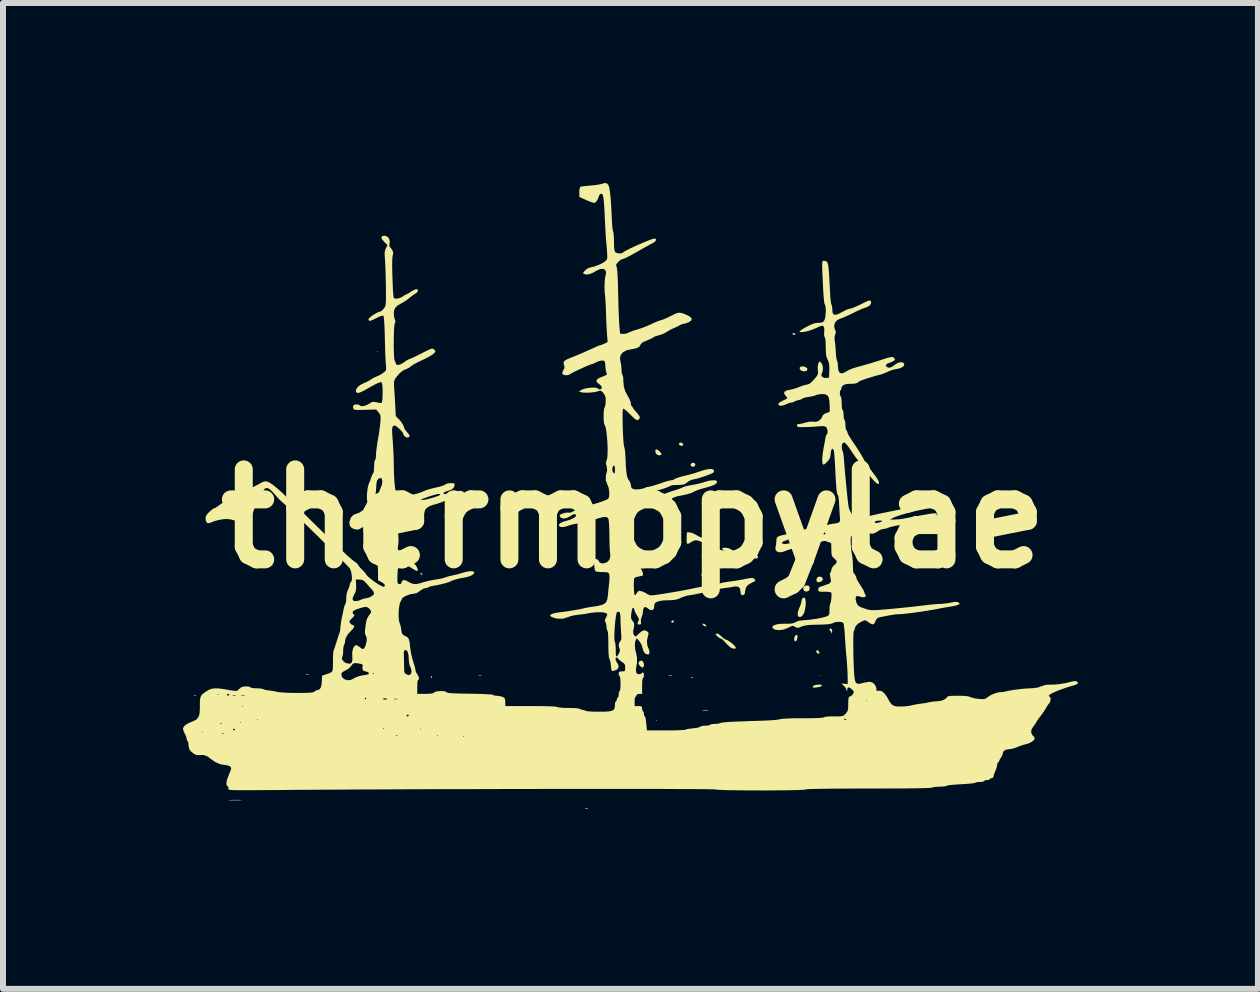
<source format=kicad_pcb>
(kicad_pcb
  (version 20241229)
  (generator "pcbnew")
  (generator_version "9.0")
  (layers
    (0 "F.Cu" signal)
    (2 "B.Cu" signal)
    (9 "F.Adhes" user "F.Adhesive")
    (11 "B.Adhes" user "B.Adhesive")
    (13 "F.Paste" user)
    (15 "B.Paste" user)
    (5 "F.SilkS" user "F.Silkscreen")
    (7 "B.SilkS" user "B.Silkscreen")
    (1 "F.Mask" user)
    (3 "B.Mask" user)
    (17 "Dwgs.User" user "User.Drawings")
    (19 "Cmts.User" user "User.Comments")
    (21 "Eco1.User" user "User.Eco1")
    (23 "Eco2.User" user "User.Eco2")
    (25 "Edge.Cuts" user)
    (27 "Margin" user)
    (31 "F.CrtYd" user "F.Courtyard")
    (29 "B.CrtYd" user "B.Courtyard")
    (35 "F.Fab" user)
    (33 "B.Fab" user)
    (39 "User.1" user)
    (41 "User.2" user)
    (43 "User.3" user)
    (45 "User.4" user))
  (footprint "thermopylae"
    (layer "F.Cu")
    (at 7.514 5.597)
    (property "Reference" "thermopylae" (at 0 0 0) (layer "F.SilkS") (effects (font (size 1.5 1.5) (thickness 0.3))))
    (attr board_only exclude_from_pos_files exclude_from_bom)
    (fp_poly (pts (xy -4.265 -2.788) (xy -4.272 -2.781) (xy -4.28 -2.788) (xy -4.272 -2.796)) (stroke (width 0) (type solid)) (fill yes) (layer "F.SilkS"))
    (fp_poly (pts (xy 0.391 3.366) (xy 0.383 3.374) (xy 0.375 3.366) (xy 0.383 3.359)) (stroke (width 0) (type solid)) (fill yes) (layer "F.SilkS"))
    (fp_poly (pts (xy 3.109 2.617) (xy 3.101 2.624) (xy 3.093 2.617) (xy 3.101 2.609)) (stroke (width 0) (type solid)) (fill yes) (layer "F.SilkS"))
    (fp_poly (pts (xy -7.299 2.943) (xy -7.304 2.95) (xy -7.32 2.951) (xy -7.336 2.947) (xy -7.329 2.942) (xy -7.305 2.94)) (stroke (width 0) (type solid)) (fill yes) (layer "F.SilkS"))
    (fp_poly (pts (xy -2.542 2.614) (xy -2.54 2.62) (xy -2.562 2.622) (xy -2.584 2.619) (xy -2.581 2.614) (xy -2.549 2.612)) (stroke (width 0) (type solid)) (fill yes) (layer "F.SilkS"))
    (fp_poly (pts (xy 0.988 2.645) (xy 0.99 2.651) (xy 0.969 2.653) (xy 0.946 2.651) (xy 0.949 2.645) (xy 0.981 2.643)) (stroke (width 0) (type solid)) (fill yes) (layer "F.SilkS"))
    (fp_poly (pts (xy -5.416 2.598) (xy -5.416 2.604) (xy -5.44 2.606) (xy -5.444 2.606) (xy -5.468 2.603) (xy -5.466 2.599) (xy -5.463 2.598) (xy -5.429 2.596)) (stroke (width 0) (type solid)) (fill yes) (layer "F.SilkS"))
    (fp_poly (pts (xy -3.526 0.917) (xy -3.523 0.922) (xy -3.523 0.936) (xy -3.529 0.937) (xy -3.551 0.926) (xy -3.554 0.922) (xy -3.553 0.907) (xy -3.548 0.906)) (stroke (width 0) (type solid)) (fill yes) (layer "F.SilkS"))
    (fp_poly (pts (xy -3.359 2.636) (xy -3.359 2.64) (xy -3.371 2.655) (xy -3.375 2.656) (xy -3.384 2.646) (xy -3.382 2.64) (xy -3.368 2.625) (xy -3.365 2.624)) (stroke (width 0) (type solid)) (fill yes) (layer "F.SilkS"))
    (fp_poly (pts (xy -0.761 4.832) (xy -0.761 4.837) (xy -0.785 4.84) (xy -0.789 4.84) (xy -0.813 4.837) (xy -0.811 4.833) (xy -0.808 4.832) (xy -0.774 4.829)) (stroke (width 0) (type solid)) (fill yes) (layer "F.SilkS"))
    (fp_poly (pts (xy 0.637 2.614) (xy 0.641 2.618) (xy 0.62 2.621) (xy 0.609 2.621) (xy 0.581 2.619) (xy 0.577 2.615) (xy 0.582 2.614) (xy 0.622 2.611)) (stroke (width 0) (type solid)) (fill yes) (layer "F.SilkS"))
    (fp_poly (pts (xy 0.668 1.699) (xy 0.672 1.711) (xy 0.659 1.731) (xy 0.648 1.734) (xy 0.627 1.726) (xy 0.625 1.72) (xy 0.637 1.703) (xy 0.648 1.697)) (stroke (width 0) (type solid)) (fill yes) (layer "F.SilkS"))
    (fp_poly (pts (xy 1.169 0.93) (xy 1.172 0.937) (xy 1.159 0.951) (xy 1.148 0.953) (xy 1.127 0.944) (xy 1.125 0.937) (xy 1.137 0.923) (xy 1.148 0.922)) (stroke (width 0) (type solid)) (fill yes) (layer "F.SilkS"))
    (fp_poly (pts (xy 2.693 -3.087) (xy 2.695 -3.077) (xy 2.675 -3.062) (xy 2.671 -3.062) (xy 2.651 -3.073) (xy 2.648 -3.077) (xy 2.653 -3.09) (xy 2.671 -3.093)) (stroke (width 0) (type solid)) (fill yes) (layer "F.SilkS"))
    (fp_poly (pts (xy 3.268 -0.349) (xy 3.272 -0.345) (xy 3.27 -0.325) (xy 3.266 -0.321) (xy 3.246 -0.323) (xy 3.242 -0.327) (xy 3.244 -0.347) (xy 3.248 -0.351)) (stroke (width 0) (type solid)) (fill yes) (layer "F.SilkS"))
    (fp_poly (pts (xy 0.82 -1.253) (xy 0.828 -1.234) (xy 0.816 -1.217) (xy 0.79 -1.214) (xy 0.765 -1.226) (xy 0.764 -1.228) (xy 0.752 -1.25) (xy 0.766 -1.266) (xy 0.794 -1.268)) (stroke (width 0) (type solid)) (fill yes) (layer "F.SilkS"))
    (fp_poly (pts (xy 1.018 -0.925) (xy 1.029 -0.901) (xy 1.028 -0.895) (xy 1.011 -0.868) (xy 0.981 -0.864) (xy 0.955 -0.88) (xy 0.946 -0.903) (xy 0.96 -0.921) (xy 0.991 -0.933)) (stroke (width 0) (type solid)) (fill yes) (layer "F.SilkS"))
    (fp_poly (pts (xy 1.246 3.191) (xy 1.255 3.194) (xy 1.236 3.197) (xy 1.195 3.197) (xy 1.155 3.197) (xy 1.139 3.194) (xy 1.152 3.191) (xy 1.152 3.191) (xy 1.203 3.188)) (stroke (width 0) (type solid)) (fill yes) (layer "F.SilkS"))
    (fp_poly (pts (xy 2.061 0.618) (xy 2.075 0.635) (xy 2.074 0.643) (xy 2.054 0.665) (xy 2.022 0.66) (xy 2.015 0.656) (xy 2.001 0.639) (xy 2.01 0.623) (xy 2.035 0.613)) (stroke (width 0) (type solid)) (fill yes) (layer "F.SilkS"))
    (fp_poly (pts (xy 3.075 2.199) (xy 3.089 2.218) (xy 3.101 2.242) (xy 3.089 2.249) (xy 3.078 2.249) (xy 3.051 2.238) (xy 3.046 2.218) (xy 3.051 2.193) (xy 3.058 2.187)) (stroke (width 0) (type solid)) (fill yes) (layer "F.SilkS"))
    (fp_poly (pts (xy 1.189 1.761) (xy 1.203 1.773) (xy 1.214 1.792) (xy 1.201 1.796) (xy 1.199 1.796) (xy 1.17 1.785) (xy 1.156 1.773) (xy 1.145 1.754) (xy 1.158 1.75) (xy 1.16 1.75)) (stroke (width 0) (type solid)) (fill yes) (layer "F.SilkS"))
    (fp_poly (pts (xy 2.73 1.945) (xy 2.732 1.973) (xy 2.724 2.011) (xy 2.709 2.041) (xy 2.69 2.043) (xy 2.679 2.031) (xy 2.675 2.004) (xy 2.683 1.97) (xy 2.699 1.943) (xy 2.712 1.937)) (stroke (width 0) (type solid)) (fill yes) (layer "F.SilkS"))
    (fp_poly (pts (xy 2.932 1.137) (xy 2.934 1.174) (xy 2.917 1.205) (xy 2.881 1.216) (xy 2.847 1.208) (xy 2.832 1.188) (xy 2.827 1.163) (xy 2.837 1.131) (xy 2.868 1.115) (xy 2.91 1.115)) (stroke (width 0) (type solid)) (fill yes) (layer "F.SilkS"))
    (fp_poly (pts (xy 0.155 2.381) (xy 0.17 2.418) (xy 0.172 2.439) (xy 0.164 2.474) (xy 0.143 2.482) (xy 0.111 2.463) (xy 0.104 2.455) (xy 0.081 2.42) (xy 0.086 2.391) (xy 0.102 2.374) (xy 0.13 2.365)) (stroke (width 0) (type solid)) (fill yes) (layer "F.SilkS"))
    (fp_poly (pts (xy 2.864 -2.528) (xy 2.891 -2.508) (xy 2.898 -2.49) (xy 2.885 -2.467) (xy 2.853 -2.456) (xy 2.814 -2.46) (xy 2.792 -2.469) (xy 2.769 -2.494) (xy 2.769 -2.521) (xy 2.787 -2.536) (xy 2.825 -2.539)) (stroke (width 0) (type solid)) (fill yes) (layer "F.SilkS"))
    (fp_poly (pts (xy 3.139 0.978) (xy 3.155 1.004) (xy 3.155 1.008) (xy 3.142 1.034) (xy 3.112 1.053) (xy 3.078 1.06) (xy 3.057 1.052) (xy 3.046 1.023) (xy 3.055 0.989) (xy 3.073 0.971) (xy 3.107 0.965)) (stroke (width 0) (type solid)) (fill yes) (layer "F.SilkS"))
    (fp_poly (pts (xy 0.403 -1.146) (xy 0.431 -1.123) (xy 0.454 -1.096) (xy 0.465 -1.073) (xy 0.463 -1.067) (xy 0.43 -1.054) (xy 0.39 -1.067) (xy 0.386 -1.07) (xy 0.367 -1.095) (xy 0.36 -1.126) (xy 0.367 -1.15) (xy 0.38 -1.156)) (stroke (width 0) (type solid)) (fill yes) (layer "F.SilkS"))
    (fp_poly (pts (xy 3.131 2.771) (xy 3.138 2.785) (xy 3.118 2.799) (xy 3.105 2.803) (xy 3.042 2.814) (xy 3.004 2.817) (xy 2.987 2.812) (xy 2.984 2.804) (xy 2.998 2.784) (xy 3.037 2.771) (xy 3.093 2.765) (xy 3.097 2.765)) (stroke (width 0) (type solid)) (fill yes) (layer "F.SilkS"))
    (fp_poly (pts (xy 3.301 1.841) (xy 3.31 1.873) (xy 3.307 1.901) (xy 3.301 1.92) (xy 3.298 1.909) (xy 3.298 1.902) (xy 3.289 1.879) (xy 3.28 1.875) (xy 3.267 1.862) (xy 3.265 1.851) (xy 3.274 1.83) (xy 3.281 1.828)) (stroke (width 0) (type solid)) (fill yes) (layer "F.SilkS"))
    (fp_poly (pts (xy -6.588 4.689) (xy -6.549 4.69) (xy -6.529 4.693) (xy -6.538 4.694) (xy -6.573 4.695) (xy -6.63 4.696) (xy -6.647 4.696) (xy -6.709 4.696) (xy -6.747 4.695) (xy -6.76 4.693) (xy -6.745 4.691) (xy -6.736 4.69) (xy -6.664 4.688)) (stroke (width 0) (type solid)) (fill yes) (layer "F.SilkS"))
    (fp_poly (pts (xy 1.576 0.491) (xy 1.62 0.508) (xy 1.649 0.531) (xy 1.656 0.548) (xy 1.643 0.559) (xy 1.61 0.561) (xy 1.566 0.553) (xy 1.522 0.536) (xy 1.519 0.535) (xy 1.48 0.512) (xy 1.472 0.495) (xy 1.493 0.486) (xy 1.527 0.484)) (stroke (width 0) (type solid)) (fill yes) (layer "F.SilkS"))
    (fp_poly (pts (xy 2.862 1.337) (xy 2.868 1.379) (xy 2.868 1.435) (xy 2.86 1.495) (xy 2.847 1.552) (xy 2.835 1.584) (xy 2.807 1.624) (xy 2.775 1.641) (xy 2.745 1.631) (xy 2.744 1.63) (xy 2.734 1.6) (xy 2.739 1.551) (xy 2.759 1.493) (xy 2.765 1.48) (xy 2.784 1.434) (xy 2.795 1.394) (xy 2.796 1.383) (xy 2.805 1.341) (xy 2.826 1.317) (xy 2.849 1.317)) (stroke (width 0) (type solid)) (fill yes) (layer "F.SilkS"))
    (fp_poly (pts (xy 0.935 0.229) (xy 0.981 0.24) (xy 1.027 0.263) (xy 1.029 0.264) (xy 1.075 0.291) (xy 1.13 0.316) (xy 1.142 0.321) (xy 1.204 0.347) (xy 1.239 0.372) (xy 1.25 0.4) (xy 1.25 0.4) (xy 1.238 0.419) (xy 1.204 0.417) (xy 1.148 0.394) (xy 1.14 0.391) (xy 1.092 0.371) (xy 1.048 0.36) (xy 1.038 0.359) (xy 0.996 0.369) (xy 0.957 0.391) (xy 0.919 0.416) (xy 0.896 0.42) (xy 0.884 0.398) (xy 0.882 0.349) (xy 0.883 0.324) (xy 0.887 0.227)) (stroke (width 0) (type solid)) (fill yes) (layer "F.SilkS"))
    (fp_poly (pts (xy 1.422 1.928) (xy 1.463 1.962) (xy 1.471 1.971) (xy 1.504 1.999) (xy 1.531 2.014) (xy 1.536 2.015) (xy 1.559 2.024) (xy 1.598 2.047) (xy 1.63 2.071) (xy 1.676 2.111) (xy 1.7 2.143) (xy 1.701 2.164) (xy 1.678 2.169) (xy 1.633 2.157) (xy 1.631 2.156) (xy 1.603 2.138) (xy 1.566 2.103) (xy 1.535 2.071) (xy 1.5 2.033) (xy 1.471 2.007) (xy 1.457 2) (xy 1.433 1.99) (xy 1.403 1.969) (xy 1.378 1.944) (xy 1.366 1.924) (xy 1.367 1.921) (xy 1.388 1.913)) (stroke (width 0) (type solid)) (fill yes) (layer "F.SilkS"))
    (fp_poly (pts (xy -0.442 -5.587) (xy -0.418 -5.556) (xy -0.407 -5.52) (xy -0.396 -5.455) (xy -0.386 -5.365) (xy -0.377 -5.252) (xy -0.37 -5.12) (xy -0.365 -5.014) (xy -0.361 -4.936) (xy -0.356 -4.868) (xy -0.35 -4.818) (xy -0.344 -4.791) (xy -0.343 -4.789) (xy -0.337 -4.768) (xy -0.332 -4.723) (xy -0.329 -4.662) (xy -0.328 -4.62) (xy -0.327 -4.539) (xy -0.322 -4.485) (xy -0.313 -4.453) (xy -0.306 -4.443) (xy -0.276 -4.428) (xy -0.235 -4.421) (xy -0.198 -4.425) (xy -0.18 -4.436) (xy -0.16 -4.451) (xy -0.117 -4.475) (xy -0.057 -4.505) (xy 0.014 -4.539) (xy 0.092 -4.573) (xy 0.168 -4.606) (xy 0.239 -4.635) (xy 0.297 -4.657) (xy 0.337 -4.669) (xy 0.349 -4.671) (xy 0.371 -4.662) (xy 0.371 -4.642) (xy 0.353 -4.616) (xy 0.32 -4.595) (xy 0.287 -4.578) (xy 0.235 -4.55) (xy 0.172 -4.515) (xy 0.133 -4.493) (xy 0.022 -4.429) (xy -0.064 -4.382) (xy -0.128 -4.35) (xy -0.17 -4.332) (xy -0.191 -4.327) (xy -0.215 -4.317) (xy -0.248 -4.29) (xy -0.258 -4.28) (xy -0.285 -4.248) (xy -0.293 -4.224) (xy -0.284 -4.198) (xy -0.278 -4.17) (xy -0.272 -4.111) (xy -0.267 -4.024) (xy -0.262 -3.911) (xy -0.259 -3.772) (xy -0.259 -3.765) (xy -0.256 -3.647) (xy -0.253 -3.531) (xy -0.249 -3.423) (xy -0.245 -3.33) (xy -0.241 -3.258) (xy -0.239 -3.226) (xy -0.227 -3.085) (xy -0.177 -3.08) (xy -0.129 -3.084) (xy -0.091 -3.099) (xy -0.058 -3.114) (xy -0.006 -3.134) (xy 0.055 -3.153) (xy 0.062 -3.154) (xy 0.139 -3.179) (xy 0.223 -3.212) (xy 0.288 -3.241) (xy 0.348 -3.269) (xy 0.403 -3.292) (xy 0.442 -3.305) (xy 0.445 -3.306) (xy 0.508 -3.327) (xy 0.595 -3.366) (xy 0.672 -3.406) (xy 0.722 -3.428) (xy 0.768 -3.434) (xy 0.82 -3.423) (xy 0.882 -3.398) (xy 0.94 -3.367) (xy 0.967 -3.337) (xy 0.963 -3.309) (xy 0.928 -3.281) (xy 0.915 -3.274) (xy 0.872 -3.258) (xy 0.836 -3.249) (xy 0.833 -3.249) (xy 0.797 -3.24) (xy 0.771 -3.227) (xy 0.737 -3.207) (xy 0.689 -3.185) (xy 0.67 -3.177) (xy 0.616 -3.152) (xy 0.566 -3.123) (xy 0.555 -3.115) (xy 0.51 -3.09) (xy 0.454 -3.067) (xy 0.43 -3.06) (xy 0.384 -3.048) (xy 0.352 -3.037) (xy 0.344 -3.032) (xy 0.324 -3.019) (xy 0.283 -2.998) (xy 0.232 -2.975) (xy 0.179 -2.954) (xy 0.176 -2.952) (xy 0.139 -2.932) (xy 0.118 -2.907) (xy 0.117 -2.905) (xy 0.096 -2.869) (xy 0.057 -2.845) (xy -0.005 -2.83) (xy -0.031 -2.826) (xy -0.119 -2.807) (xy -0.182 -2.772) (xy -0.219 -2.724) (xy -0.228 -2.665) (xy -0.221 -2.627) (xy -0.21 -2.573) (xy -0.204 -2.509) (xy -0.203 -2.487) (xy -0.2 -2.44) (xy -0.193 -2.406) (xy -0.187 -2.398) (xy -0.179 -2.378) (xy -0.173 -2.337) (xy -0.172 -2.298) (xy -0.165 -2.209) (xy -0.143 -2.13) (xy -0.101 -2.048) (xy -0.091 -2.032) (xy -0.065 -1.983) (xy -0.049 -1.937) (xy -0.047 -1.918) (xy -0.042 -1.887) (xy -0.031 -1.875) (xy -0.019 -1.866) (xy -0.02 -1.863) (xy -0.012 -1.846) (xy 0.011 -1.814) (xy 0.031 -1.791) (xy 0.074 -1.742) (xy 0.097 -1.708) (xy 0.103 -1.685) (xy 0.095 -1.666) (xy 0.093 -1.663) (xy 0.075 -1.646) (xy 0.055 -1.644) (xy 0.028 -1.658) (xy -0.01 -1.691) (xy -0.061 -1.742) (xy -0.106 -1.785) (xy -0.144 -1.817) (xy -0.17 -1.833) (xy -0.176 -1.833) (xy -0.181 -1.815) (xy -0.184 -1.771) (xy -0.185 -1.708) (xy -0.184 -1.631) (xy -0.183 -1.547) (xy -0.18 -1.46) (xy -0.176 -1.376) (xy -0.171 -1.302) (xy -0.166 -1.244) (xy -0.161 -1.206) (xy -0.157 -1.196) (xy -0.151 -1.174) (xy -0.144 -1.128) (xy -0.139 -1.064) (xy -0.135 -0.992) (xy -0.13 -0.877) (xy -0.123 -0.79) (xy -0.114 -0.725) (xy -0.102 -0.679) (xy -0.086 -0.648) (xy -0.076 -0.635) (xy -0.054 -0.595) (xy -0.047 -0.561) (xy -0.039 -0.519) (xy -0.013 -0.495) (xy 0.034 -0.487) (xy 0.089 -0.49) (xy 0.141 -0.499) (xy 0.182 -0.51) (xy 0.198 -0.518) (xy 0.216 -0.529) (xy 0.219 -0.527) (xy 0.232 -0.527) (xy 0.269 -0.535) (xy 0.322 -0.549) (xy 0.384 -0.568) (xy 0.45 -0.589) (xy 0.503 -0.608) (xy 0.557 -0.625) (xy 0.604 -0.637) (xy 0.627 -0.64) (xy 0.667 -0.65) (xy 0.686 -0.662) (xy 0.712 -0.675) (xy 0.76 -0.691) (xy 0.821 -0.708) (xy 0.851 -0.715) (xy 0.931 -0.735) (xy 1.015 -0.759) (xy 1.088 -0.783) (xy 1.1 -0.787) (xy 1.18 -0.813) (xy 1.248 -0.826) (xy 1.299 -0.828) (xy 1.332 -0.817) (xy 1.341 -0.794) (xy 1.331 -0.77) (xy 1.312 -0.758) (xy 1.27 -0.74) (xy 1.214 -0.718) (xy 1.152 -0.697) (xy 1.09 -0.677) (xy 1.038 -0.663) (xy 1.003 -0.656) (xy 0.999 -0.656) (xy 0.96 -0.646) (xy 0.911 -0.62) (xy 0.865 -0.585) (xy 0.862 -0.582) (xy 0.834 -0.571) (xy 0.782 -0.564) (xy 0.736 -0.562) (xy 0.681 -0.561) (xy 0.637 -0.556) (xy 0.616 -0.549) (xy 0.59 -0.535) (xy 0.543 -0.516) (xy 0.487 -0.497) (xy 0.431 -0.481) (xy 0.407 -0.476) (xy 0.367 -0.463) (xy 0.324 -0.443) (xy 0.286 -0.421) (xy 0.258 -0.399) (xy 0.248 -0.383) (xy 0.255 -0.378) (xy 0.29 -0.377) (xy 0.344 -0.383) (xy 0.409 -0.393) (xy 0.473 -0.406) (xy 0.527 -0.419) (xy 0.553 -0.428) (xy 0.595 -0.444) (xy 0.652 -0.463) (xy 0.695 -0.476) (xy 0.75 -0.494) (xy 0.797 -0.512) (xy 0.82 -0.523) (xy 0.855 -0.537) (xy 0.904 -0.549) (xy 0.922 -0.552) (xy 1.025 -0.571) (xy 1.123 -0.593) (xy 1.204 -0.618) (xy 1.207 -0.619) (xy 1.264 -0.634) (xy 1.324 -0.64) (xy 1.328 -0.64) (xy 1.369 -0.638) (xy 1.387 -0.626) (xy 1.39 -0.612) (xy 1.378 -0.587) (xy 1.341 -0.563) (xy 1.276 -0.538) (xy 1.183 -0.512) (xy 1.164 -0.507) (xy 1.1 -0.489) (xy 1.04 -0.466) (xy 1 -0.447) (xy 0.957 -0.427) (xy 0.895 -0.408) (xy 0.827 -0.393) (xy 0.821 -0.392) (xy 0.725 -0.373) (xy 0.658 -0.349) (xy 0.615 -0.319) (xy 0.596 -0.283) (xy 0.594 -0.262) (xy 0.6 -0.226) (xy 0.61 -0.208) (xy 0.621 -0.181) (xy 0.622 -0.146) (xy 0.616 -0.117) (xy 0.599 -0.105) (xy 0.562 -0.102) (xy 0.555 -0.102) (xy 0.514 -0.104) (xy 0.495 -0.115) (xy 0.488 -0.141) (xy 0.487 -0.144) (xy 0.489 -0.176) (xy 0.5 -0.187) (xy 0.513 -0.199) (xy 0.511 -0.225) (xy 0.499 -0.253) (xy 0.481 -0.271) (xy 0.447 -0.279) (xy 0.419 -0.269) (xy 0.386 -0.257) (xy 0.333 -0.242) (xy 0.272 -0.227) (xy 0.266 -0.225) (xy 0.195 -0.207) (xy 0.124 -0.185) (xy 0.07 -0.164) (xy 0.02 -0.142) (xy -0.024 -0.125) (xy -0.041 -0.119) (xy -0.078 -0.092) (xy -0.099 -0.046) (xy -0.103 0.011) (xy -0.096 0.044) (xy -0.086 0.091) (xy -0.076 0.154) (xy -0.071 0.203) (xy -0.062 0.31) (xy -0.054 0.391) (xy -0.046 0.451) (xy -0.036 0.495) (xy -0.025 0.528) (xy -0.011 0.555) (xy -0.006 0.562) (xy 0.018 0.609) (xy 0.031 0.657) (xy 0.031 0.666) (xy 0.045 0.72) (xy 0.085 0.78) (xy 0.117 0.826) (xy 0.142 0.874) (xy 0.155 0.917) (xy 0.154 0.944) (xy 0.152 0.947) (xy 0.133 0.954) (xy 0.096 0.962) (xy 0.084 0.964) (xy 0.042 0.974) (xy 0.015 0.987) (xy 0.012 0.99) (xy 0.006 1.014) (xy 0.003 1.059) (xy 0.002 1.114) (xy 0.004 1.173) (xy 0.007 1.225) (xy 0.012 1.262) (xy 0.018 1.274) (xy 0.033 1.268) (xy 0.049 1.243) (xy 0.072 1.213) (xy 0.095 1.203) (xy 0.14 1.212) (xy 0.192 1.234) (xy 0.237 1.262) (xy 0.238 1.263) (xy 0.275 1.278) (xy 0.332 1.276) (xy 0.465 1.257) (xy 0.611 1.233) (xy 0.759 1.208) (xy 0.896 1.182) (xy 0.984 1.164) (xy 1.046 1.151) (xy 1.126 1.136) (xy 1.209 1.122) (xy 1.242 1.117) (xy 1.314 1.105) (xy 1.381 1.092) (xy 1.431 1.081) (xy 1.449 1.076) (xy 1.491 1.066) (xy 1.55 1.055) (xy 1.613 1.046) (xy 1.687 1.036) (xy 1.773 1.022) (xy 1.853 1.007) (xy 1.855 1.006) (xy 1.922 0.994) (xy 1.966 0.989) (xy 1.993 0.992) (xy 2.007 1) (xy 2.028 1.023) (xy 2.022 1.041) (xy 1.988 1.059) (xy 1.98 1.063) (xy 1.912 1.099) (xy 1.873 1.144) (xy 1.859 1.2) (xy 1.859 1.204) (xy 1.852 1.252) (xy 1.834 1.272) (xy 1.802 1.275) (xy 1.785 1.253) (xy 1.781 1.212) (xy 1.771 1.16) (xy 1.742 1.133) (xy 1.693 1.13) (xy 1.683 1.131) (xy 1.641 1.139) (xy 1.582 1.148) (xy 1.523 1.156) (xy 1.457 1.166) (xy 1.393 1.177) (xy 1.351 1.186) (xy 1.242 1.213) (xy 1.137 1.238) (xy 1.043 1.257) (xy 0.968 1.271) (xy 0.935 1.275) (xy 0.871 1.288) (xy 0.806 1.311) (xy 0.787 1.32) (xy 0.726 1.345) (xy 0.655 1.357) (xy 0.613 1.359) (xy 0.533 1.361) (xy 0.476 1.365) (xy 0.434 1.373) (xy 0.397 1.384) (xy 0.387 1.388) (xy 0.356 1.406) (xy 0.345 1.436) (xy 0.344 1.459) (xy 0.334 1.505) (xy 0.308 1.526) (xy 0.271 1.52) (xy 0.242 1.499) (xy 0.203 1.474) (xy 0.175 1.478) (xy 0.159 1.51) (xy 0.156 1.542) (xy 0.149 1.593) (xy 0.135 1.637) (xy 0.133 1.64) (xy 0.12 1.685) (xy 0.12 1.722) (xy 0.123 1.753) (xy 0.109 1.764) (xy 0.096 1.765) (xy 0.068 1.758) (xy 0.066 1.734) (xy 0.08 1.705) (xy 0.088 1.682) (xy 0.08 1.654) (xy 0.056 1.614) (xy 0.03 1.569) (xy 0.014 1.53) (xy 0.011 1.517) (xy 0.002 1.491) (xy -0.01 1.484) (xy -0.022 1.499) (xy -0.033 1.538) (xy -0.039 1.577) (xy -0.044 1.631) (xy -0.041 1.666) (xy -0.029 1.69) (xy -0.016 1.706) (xy 0.008 1.744) (xy 0.008 1.789) (xy -0.001 1.837) (xy -0.009 1.875) (xy -0.005 1.917) (xy 0.007 1.944) (xy 0.022 1.96) (xy 0.037 1.961) (xy 0.059 1.945) (xy 0.088 1.916) (xy 0.135 1.876) (xy 0.173 1.861) (xy 0.209 1.869) (xy 0.227 1.881) (xy 0.246 1.899) (xy 0.248 1.922) (xy 0.238 1.956) (xy 0.22 2.042) (xy 0.23 2.121) (xy 0.242 2.15) (xy 0.262 2.202) (xy 0.264 2.241) (xy 0.248 2.263) (xy 0.235 2.265) (xy 0.193 2.251) (xy 0.163 2.208) (xy 0.148 2.154) (xy 0.129 2.097) (xy 0.096 2.044) (xy 0.094 2.042) (xy 0.051 1.994) (xy 0.032 2.029) (xy 0.022 2.07) (xy 0.02 2.128) (xy 0.028 2.19) (xy 0.035 2.218) (xy 0.056 2.315) (xy 0.055 2.403) (xy 0.048 2.446) (xy 0.037 2.518) (xy 0.042 2.565) (xy 0.063 2.589) (xy 0.086 2.593) (xy 0.119 2.587) (xy 0.133 2.577) (xy 0.151 2.562) (xy 0.166 2.573) (xy 0.172 2.609) (xy 0.167 2.642) (xy 0.156 2.656) (xy 0.156 2.656) (xy 0.149 2.67) (xy 0.143 2.711) (xy 0.141 2.771) (xy 0.141 2.788) (xy 0.141 2.921) (xy 0.094 2.921) (xy 0.057 2.928) (xy 0.047 2.945) (xy 0.038 2.965) (xy 0.031 2.968) (xy 0.022 2.982) (xy 0.017 3.018) (xy 0.016 3.046) (xy 0.016 3.124) (xy 0.078 3.124) (xy 0.118 3.126) (xy 0.136 3.136) (xy 0.141 3.16) (xy 0.141 3.162) (xy 0.146 3.195) (xy 0.156 3.21) (xy 0.168 3.232) (xy 0.172 3.258) (xy 0.177 3.287) (xy 0.186 3.296) (xy 0.194 3.31) (xy 0.202 3.348) (xy 0.209 3.402) (xy 0.21 3.413) (xy 0.221 3.53) (xy 0.539 3.53) (xy 0.636 3.53) (xy 0.721 3.528) (xy 0.791 3.525) (xy 0.84 3.522) (xy 0.864 3.518) (xy 0.866 3.517) (xy 0.884 3.509) (xy 0.926 3.502) (xy 0.981 3.496) (xy 0.987 3.495) (xy 1.043 3.489) (xy 1.085 3.48) (xy 1.105 3.471) (xy 1.106 3.47) (xy 1.124 3.46) (xy 1.162 3.453) (xy 1.188 3.452) (xy 1.234 3.449) (xy 1.266 3.442) (xy 1.273 3.437) (xy 1.293 3.427) (xy 1.333 3.422) (xy 1.357 3.421) (xy 1.404 3.418) (xy 1.438 3.411) (xy 1.446 3.406) (xy 1.466 3.401) (xy 1.511 3.395) (xy 1.577 3.389) (xy 1.656 3.385) (xy 1.703 3.383) (xy 1.815 3.379) (xy 1.943 3.374) (xy 2.071 3.37) (xy 2.183 3.366) (xy 2.187 3.366) (xy 2.271 3.362) (xy 2.345 3.357) (xy 2.402 3.351) (xy 2.437 3.345) (xy 2.444 3.342) (xy 2.464 3.338) (xy 2.485 3.336) (xy 3.506 3.336) (xy 3.507 3.343) (xy 3.524 3.356) (xy 3.542 3.358) (xy 3.546 3.352) (xy 3.534 3.342) (xy 3.522 3.337) (xy 3.506 3.336) (xy 2.485 3.336) (xy 2.51 3.334) (xy 2.58 3.331) (xy 2.669 3.328) (xy 2.773 3.327) (xy 2.815 3.327) (xy 2.94 3.327) (xy 3.039 3.325) (xy 3.112 3.321) (xy 3.156 3.317) (xy 3.171 3.312) (xy 3.186 3.305) (xy 3.228 3.299) (xy 3.292 3.296) (xy 3.333 3.296) (xy 3.405 3.296) (xy 3.454 3.294) (xy 3.485 3.288) (xy 3.507 3.278) (xy 3.525 3.261) (xy 3.536 3.249) (xy 3.557 3.222) (xy 3.57 3.193) (xy 3.576 3.153) (xy 3.577 3.093) (xy 3.577 3.085) (xy 3.578 3.038) (xy 3.874 3.038) (xy 3.882 3.046) (xy 3.89 3.038) (xy 3.882 3.031) (xy 3.874 3.038) (xy 3.578 3.038) (xy 3.579 3.022) (xy 3.584 2.984) (xy 3.594 2.969) (xy 3.598 2.968) (xy 3.626 2.956) (xy 3.654 2.928) (xy 3.67 2.897) (xy 3.671 2.891) (xy 3.659 2.867) (xy 3.631 2.839) (xy 3.599 2.817) (xy 3.581 2.812) (xy 3.566 2.825) (xy 3.559 2.855) (xy 3.558 2.884) (xy 3.555 2.882) (xy 3.55 2.859) (xy 3.534 2.821) (xy 3.504 2.785) (xy 3.503 2.784) (xy 3.462 2.748) (xy 3.516 2.753) (xy 3.569 2.757) (xy 3.567 2.617) (xy 3.564 2.536) (xy 3.558 2.44) (xy 3.551 2.346) (xy 3.548 2.312) (xy 3.54 2.226) (xy 3.532 2.123) (xy 3.525 2.019) (xy 3.521 1.953) (xy 3.516 1.876) (xy 3.509 1.811) (xy 3.502 1.763) (xy 3.496 1.738) (xy 3.495 1.738) (xy 3.467 1.724) (xy 3.422 1.719) (xy 3.372 1.723) (xy 3.329 1.737) (xy 3.323 1.741) (xy 3.295 1.751) (xy 3.247 1.759) (xy 3.175 1.764) (xy 3.077 1.767) (xy 2.981 1.769) (xy 2.909 1.774) (xy 2.856 1.782) (xy 2.814 1.793) (xy 2.798 1.799) (xy 2.754 1.816) (xy 2.727 1.82) (xy 2.703 1.811) (xy 2.69 1.803) (xy 2.666 1.789) (xy 2.644 1.788) (xy 2.614 1.799) (xy 2.578 1.818) (xy 2.505 1.847) (xy 2.431 1.859) (xy 2.366 1.852) (xy 2.342 1.843) (xy 2.314 1.819) (xy 2.313 1.797) (xy 2.338 1.778) (xy 2.384 1.762) (xy 2.449 1.753) (xy 2.529 1.751) (xy 2.529 1.751) (xy 2.599 1.751) (xy 2.646 1.746) (xy 2.68 1.735) (xy 2.698 1.724) (xy 2.753 1.702) (xy 2.834 1.693) (xy 2.835 1.693) (xy 2.904 1.688) (xy 2.985 1.678) (xy 3.069 1.665) (xy 3.146 1.649) (xy 3.206 1.633) (xy 3.222 1.627) (xy 3.246 1.615) (xy 3.259 1.597) (xy 3.264 1.564) (xy 3.265 1.519) (xy 3.267 1.467) (xy 3.273 1.428) (xy 3.279 1.413) (xy 3.288 1.39) (xy 3.294 1.346) (xy 3.298 1.294) (xy 3.298 1.243) (xy 3.298 1.238) (xy 3.284 1.227) (xy 3.245 1.22) (xy 3.187 1.218) (xy 3.13 1.218) (xy 3.097 1.215) (xy 3.082 1.206) (xy 3.078 1.19) (xy 3.077 1.18) (xy 3.085 1.148) (xy 3.115 1.133) (xy 3.12 1.132) (xy 3.163 1.12) (xy 3.19 1.108) (xy 3.221 1.096) (xy 3.234 1.093) (xy 3.259 1.083) (xy 3.274 1.07) (xy 3.288 1.049) (xy 3.288 1.02) (xy 3.28 0.983) (xy 3.271 0.933) (xy 3.276 0.905) (xy 3.279 0.901) (xy 3.293 0.873) (xy 3.296 0.85) (xy 3.308 0.817) (xy 3.336 0.781) (xy 3.343 0.776) (xy 3.378 0.741) (xy 3.386 0.713) (xy 3.367 0.684) (xy 3.343 0.662) (xy 3.318 0.638) (xy 3.304 0.614) (xy 3.298 0.58) (xy 3.296 0.527) (xy 3.296 0.514) (xy 3.295 0.461) (xy 3.293 0.422) (xy 3.29 0.406) (xy 3.29 0.406) (xy 3.273 0.401) (xy 3.239 0.387) (xy 3.231 0.384) (xy 3.196 0.372) (xy 3.166 0.372) (xy 3.128 0.385) (xy 3.108 0.394) (xy 3.054 0.415) (xy 3 0.428) (xy 2.984 0.43) (xy 2.935 0.438) (xy 2.876 0.452) (xy 2.852 0.459) (xy 2.79 0.475) (xy 2.718 0.489) (xy 2.688 0.493) (xy 2.627 0.505) (xy 2.567 0.523) (xy 2.543 0.533) (xy 2.479 0.557) (xy 2.425 0.56) (xy 2.385 0.545) (xy 2.364 0.514) (xy 2.365 0.475) (xy 2.373 0.428) (xy 2.377 0.396) (xy 2.471 0.396) (xy 2.474 0.411) (xy 2.501 0.421) (xy 2.516 0.422) (xy 2.561 0.418) (xy 2.617 0.409) (xy 2.637 0.405) (xy 2.693 0.389) (xy 2.744 0.372) (xy 2.757 0.367) (xy 2.806 0.348) (xy 2.847 0.335) (xy 2.882 0.322) (xy 2.9 0.309) (xy 2.893 0.3) (xy 2.862 0.297) (xy 2.815 0.298) (xy 2.758 0.304) (xy 2.699 0.312) (xy 2.644 0.323) (xy 2.6 0.336) (xy 2.593 0.339) (xy 2.546 0.36) (xy 2.507 0.376) (xy 2.495 0.38) (xy 2.471 0.396) (xy 2.377 0.396) (xy 2.379 0.373) (xy 2.379 0.367) (xy 2.384 0.327) (xy 2.398 0.304) (xy 2.432 0.288) (xy 2.445 0.284) (xy 2.5 0.27) (xy 2.565 0.258) (xy 2.57 0.257) (xy 3.1 0.257) (xy 3.111 0.264) (xy 3.147 0.266) (xy 3.188 0.261) (xy 3.199 0.248) (xy 3.199 0.246) (xy 3.178 0.227) (xy 3.145 0.223) (xy 3.114 0.236) (xy 3.109 0.241) (xy 3.1 0.257) (xy 2.57 0.257) (xy 2.585 0.255) (xy 2.643 0.246) (xy 2.696 0.231) (xy 2.713 0.225) (xy 2.752 0.21) (xy 2.782 0.203) (xy 2.783 0.203) (xy 2.812 0.196) (xy 2.844 0.182) (xy 2.881 0.17) (xy 2.935 0.158) (xy 2.984 0.152) (xy 3.056 0.142) (xy 3.13 0.127) (xy 3.171 0.117) (xy 3.237 0.101) (xy 3.306 0.087) (xy 3.335 0.083) (xy 3.393 0.074) (xy 3.426 0.06) (xy 3.433 0.047) (xy 4.022 0.047) (xy 4.022 0.064) (xy 4.025 0.068) (xy 4.047 0.072) (xy 4.084 0.066) (xy 4.124 0.053) (xy 4.14 0.045) (xy 4.144 0.037) (xy 4.117 0.032) (xy 4.098 0.032) (xy 4.049 0.036) (xy 4.022 0.047) (xy 3.433 0.047) (xy 3.44 0.036) (xy 3.44 -0.004) (xy 3.44 -0.011) (xy 3.436 -0.052) (xy 3.432 -0.115) (xy 3.428 -0.188) (xy 3.426 -0.23) (xy 3.422 -0.297) (xy 3.416 -0.35) (xy 3.41 -0.383) (xy 3.406 -0.391) (xy 3.397 -0.402) (xy 3.388 -0.436) (xy 3.381 -0.495) (xy 3.374 -0.58) (xy 3.367 -0.694) (xy 3.36 -0.828) (xy 3.356 -0.92) (xy 3.35 -1.002) (xy 3.345 -1.071) (xy 3.34 -1.118) (xy 3.336 -1.137) (xy 3.32 -1.165) (xy 3.305 -1.164) (xy 3.292 -1.137) (xy 3.284 -1.087) (xy 3.284 -1.081) (xy 3.277 -1.027) (xy 3.259 -0.987) (xy 3.224 -0.946) (xy 3.222 -0.945) (xy 3.188 -0.913) (xy 3.168 -0.901) (xy 3.156 -0.907) (xy 3.151 -0.914) (xy 3.144 -0.948) (xy 3.144 -1.007) (xy 3.152 -1.085) (xy 3.166 -1.176) (xy 3.171 -1.203) (xy 3.183 -1.264) (xy 3.193 -1.323) (xy 3.197 -1.347) (xy 3.206 -1.385) (xy 3.217 -1.405) (xy 3.22 -1.406) (xy 3.231 -1.419) (xy 3.233 -1.45) (xy 3.228 -1.487) (xy 3.216 -1.518) (xy 3.21 -1.526) (xy 3.189 -1.538) (xy 3.156 -1.543) (xy 3.102 -1.541) (xy 3.081 -1.539) (xy 3.01 -1.534) (xy 2.926 -1.529) (xy 2.851 -1.526) (xy 2.788 -1.526) (xy 2.75 -1.528) (xy 2.73 -1.535) (xy 2.722 -1.548) (xy 2.721 -1.55) (xy 2.726 -1.572) (xy 2.754 -1.578) (xy 2.792 -1.583) (xy 2.843 -1.596) (xy 2.861 -1.602) (xy 2.937 -1.618) (xy 2.993 -1.617) (xy 3.044 -1.616) (xy 3.083 -1.63) (xy 3.099 -1.641) (xy 3.127 -1.669) (xy 3.14 -1.692) (xy 3.14 -1.694) (xy 3.153 -1.724) (xy 3.187 -1.751) (xy 3.229 -1.767) (xy 3.234 -1.768) (xy 3.253 -1.772) (xy 3.264 -1.781) (xy 3.269 -1.803) (xy 3.269 -1.845) (xy 3.267 -1.898) (xy 3.261 -1.976) (xy 3.249 -2.028) (xy 3.226 -2.059) (xy 3.191 -2.074) (xy 3.144 -2.078) (xy 3.094 -2.074) (xy 3.052 -2.064) (xy 3.043 -2.061) (xy 3.011 -2.049) (xy 2.96 -2.037) (xy 2.917 -2.03) (xy 2.866 -2.021) (xy 2.828 -2.01) (xy 2.813 -2.002) (xy 2.793 -1.989) (xy 2.755 -1.978) (xy 2.745 -1.976) (xy 2.705 -1.965) (xy 2.68 -1.953) (xy 2.678 -1.951) (xy 2.657 -1.94) (xy 2.635 -1.937) (xy 2.595 -1.93) (xy 2.561 -1.916) (xy 2.499 -1.89) (xy 2.449 -1.882) (xy 2.423 -1.889) (xy 2.41 -1.909) (xy 2.427 -1.934) (xy 2.475 -1.962) (xy 2.494 -1.971) (xy 2.534 -1.99) (xy 2.558 -2.006) (xy 2.562 -2.011) (xy 2.552 -2.028) (xy 2.529 -2.056) (xy 2.528 -2.057) (xy 2.507 -2.091) (xy 2.517 -2.119) (xy 2.556 -2.139) (xy 2.606 -2.149) (xy 2.664 -2.162) (xy 2.73 -2.184) (xy 2.763 -2.197) (xy 2.816 -2.217) (xy 2.863 -2.231) (xy 2.886 -2.234) (xy 2.925 -2.246) (xy 2.969 -2.28) (xy 2.973 -2.285) (xy 3.023 -2.339) (xy 3.054 -2.377) (xy 3.07 -2.409) (xy 3.074 -2.439) (xy 3.07 -2.475) (xy 3.068 -2.528) (xy 3.075 -2.576) (xy 3.077 -2.585) (xy 3.09 -2.614) (xy 3.104 -2.617) (xy 3.125 -2.601) (xy 3.147 -2.563) (xy 3.156 -2.51) (xy 3.15 -2.455) (xy 3.137 -2.422) (xy 3.128 -2.387) (xy 3.146 -2.36) (xy 3.184 -2.346) (xy 3.209 -2.346) (xy 3.257 -2.351) (xy 3.262 -2.468) (xy 3.262 -2.538) (xy 3.256 -2.59) (xy 3.24 -2.64) (xy 3.216 -2.691) (xy 3.21 -2.718) (xy 3.205 -2.767) (xy 3.203 -2.831) (xy 3.202 -2.865) (xy 3.2 -2.941) (xy 3.195 -2.995) (xy 3.187 -3.022) (xy 3.185 -3.024) (xy 3.175 -3.046) (xy 3.175 -3.089) (xy 3.176 -3.095) (xy 3.179 -3.157) (xy 3.17 -3.2) (xy 3.151 -3.218) (xy 3.147 -3.218) (xy 3.121 -3.212) (xy 3.081 -3.196) (xy 3.067 -3.189) (xy 2.998 -3.159) (xy 2.929 -3.135) (xy 2.865 -3.118) (xy 2.813 -3.11) (xy 2.777 -3.111) (xy 2.765 -3.122) (xy 2.778 -3.134) (xy 2.812 -3.158) (xy 2.861 -3.187) (xy 2.885 -3.2) (xy 2.955 -3.235) (xy 3.01 -3.256) (xy 3.059 -3.264) (xy 3.078 -3.265) (xy 3.127 -3.268) (xy 3.157 -3.28) (xy 3.177 -3.303) (xy 3.19 -3.338) (xy 3.198 -3.389) (xy 3.203 -3.449) (xy 3.202 -3.506) (xy 3.196 -3.55) (xy 3.188 -3.57) (xy 3.181 -3.586) (xy 3.175 -3.621) (xy 3.169 -3.678) (xy 3.163 -3.758) (xy 3.157 -3.864) (xy 3.151 -3.998) (xy 3.146 -4.095) (xy 3.143 -4.176) (xy 3.142 -4.232) (xy 3.144 -4.267) (xy 3.149 -4.287) (xy 3.158 -4.296) (xy 3.168 -4.3) (xy 3.204 -4.295) (xy 3.223 -4.279) (xy 3.231 -4.267) (xy 3.238 -4.248) (xy 3.244 -4.22) (xy 3.249 -4.179) (xy 3.254 -4.121) (xy 3.259 -4.043) (xy 3.265 -3.942) (xy 3.272 -3.813) (xy 3.274 -3.773) (xy 3.278 -3.698) (xy 3.284 -3.635) (xy 3.291 -3.591) (xy 3.297 -3.57) (xy 3.306 -3.547) (xy 3.311 -3.504) (xy 3.312 -3.482) (xy 3.317 -3.432) (xy 3.334 -3.404) (xy 3.366 -3.399) (xy 3.417 -3.415) (xy 3.476 -3.445) (xy 3.528 -3.472) (xy 3.571 -3.492) (xy 3.597 -3.499) (xy 3.598 -3.499) (xy 3.632 -3.506) (xy 3.687 -3.528) (xy 3.767 -3.564) (xy 3.829 -3.595) (xy 3.886 -3.623) (xy 3.922 -3.636) (xy 3.943 -3.636) (xy 3.955 -3.623) (xy 3.959 -3.614) (xy 3.956 -3.581) (xy 3.93 -3.55) (xy 3.887 -3.526) (xy 3.872 -3.522) (xy 3.84 -3.511) (xy 3.787 -3.489) (xy 3.722 -3.46) (xy 3.659 -3.429) (xy 3.589 -3.395) (xy 3.526 -3.367) (xy 3.478 -3.346) (xy 3.451 -3.337) (xy 3.394 -3.311) (xy 3.356 -3.267) (xy 3.342 -3.213) (xy 3.353 -3.156) (xy 3.362 -3.141) (xy 3.372 -3.11) (xy 3.362 -3.075) (xy 3.36 -3.072) (xy 3.347 -3.015) (xy 3.35 -2.981) (xy 3.356 -2.941) (xy 3.363 -2.882) (xy 3.368 -2.812) (xy 3.369 -2.788) (xy 3.374 -2.724) (xy 3.38 -2.672) (xy 3.388 -2.639) (xy 3.391 -2.633) (xy 3.399 -2.61) (xy 3.405 -2.567) (xy 3.405 -2.538) (xy 3.413 -2.472) (xy 3.435 -2.432) (xy 3.47 -2.421) (xy 3.519 -2.438) (xy 3.551 -2.459) (xy 3.591 -2.481) (xy 3.65 -2.505) (xy 3.72 -2.526) (xy 3.733 -2.53) (xy 3.799 -2.547) (xy 3.883 -2.572) (xy 3.978 -2.6) (xy 4.071 -2.629) (xy 4.089 -2.635) (xy 4.176 -2.663) (xy 4.237 -2.682) (xy 4.279 -2.692) (xy 4.306 -2.696) (xy 4.323 -2.693) (xy 4.335 -2.685) (xy 4.339 -2.681) (xy 4.357 -2.659) (xy 4.351 -2.643) (xy 4.335 -2.63) (xy 4.295 -2.609) (xy 4.259 -2.598) (xy 4.222 -2.582) (xy 4.205 -2.559) (xy 4.212 -2.535) (xy 4.219 -2.529) (xy 4.259 -2.516) (xy 4.303 -2.529) (xy 4.348 -2.562) (xy 4.396 -2.593) (xy 4.444 -2.608) (xy 4.484 -2.606) (xy 4.509 -2.585) (xy 4.51 -2.583) (xy 4.507 -2.553) (xy 4.478 -2.525) (xy 4.427 -2.504) (xy 4.379 -2.495) (xy 4.317 -2.481) (xy 4.253 -2.458) (xy 4.233 -2.448) (xy 4.18 -2.424) (xy 4.126 -2.405) (xy 4.108 -2.4) (xy 4.061 -2.389) (xy 4.001 -2.372) (xy 3.935 -2.352) (xy 3.87 -2.331) (xy 3.813 -2.311) (xy 3.771 -2.294) (xy 3.75 -2.283) (xy 3.749 -2.281) (xy 3.735 -2.266) (xy 3.698 -2.254) (xy 3.647 -2.248) (xy 3.616 -2.249) (xy 3.55 -2.245) (xy 3.5 -2.23) (xy 3.472 -2.205) (xy 3.468 -2.188) (xy 3.461 -2.158) (xy 3.452 -2.148) (xy 3.44 -2.126) (xy 3.437 -2.089) (xy 3.442 -2.054) (xy 3.452 -2.039) (xy 3.46 -2.019) (xy 3.466 -1.977) (xy 3.468 -1.922) (xy 3.468 -1.92) (xy 3.47 -1.865) (xy 3.476 -1.826) (xy 3.484 -1.812) (xy 3.492 -1.798) (xy 3.498 -1.762) (xy 3.499 -1.735) (xy 3.502 -1.688) (xy 3.509 -1.656) (xy 3.515 -1.648) (xy 3.524 -1.628) (xy 3.53 -1.588) (xy 3.53 -1.562) (xy 3.533 -1.516) (xy 3.541 -1.484) (xy 3.546 -1.476) (xy 3.56 -1.454) (xy 3.562 -1.444) (xy 3.57 -1.418) (xy 3.591 -1.378) (xy 3.605 -1.356) (xy 3.633 -1.313) (xy 3.656 -1.278) (xy 3.663 -1.268) (xy 3.68 -1.242) (xy 3.708 -1.201) (xy 3.73 -1.168) (xy 3.767 -1.11) (xy 3.807 -1.042) (xy 3.829 -1.003) (xy 3.858 -0.952) (xy 3.901 -0.887) (xy 3.951 -0.817) (xy 3.984 -0.773) (xy 4.042 -0.695) (xy 4.078 -0.637) (xy 4.092 -0.599) (xy 4.085 -0.581) (xy 4.073 -0.578) (xy 4.051 -0.59) (xy 4.016 -0.622) (xy 3.975 -0.667) (xy 3.933 -0.719) (xy 3.894 -0.772) (xy 3.865 -0.82) (xy 3.858 -0.833) (xy 3.83 -0.881) (xy 3.797 -0.92) (xy 3.782 -0.931) (xy 3.757 -0.954) (xy 3.721 -0.997) (xy 3.679 -1.053) (xy 3.648 -1.099) (xy 3.597 -1.174) (xy 3.56 -1.225) (xy 3.533 -1.256) (xy 3.512 -1.269) (xy 3.495 -1.267) (xy 3.487 -1.262) (xy 3.473 -1.235) (xy 3.468 -1.193) (xy 3.473 -1.152) (xy 3.482 -1.132) (xy 3.49 -1.11) (xy 3.498 -1.066) (xy 3.504 -1.008) (xy 3.505 -1) (xy 3.511 -0.917) (xy 3.52 -0.81) (xy 3.532 -0.679) (xy 3.547 -0.521) (xy 3.56 -0.391) (xy 3.568 -0.319) (xy 3.576 -0.252) (xy 3.583 -0.202) (xy 3.586 -0.187) (xy 3.604 -0.134) (xy 3.634 -0.079) (xy 3.668 -0.035) (xy 3.678 -0.027) (xy 3.703 -0.021) (xy 3.749 -0.021) (xy 3.808 -0.025) (xy 3.871 -0.033) (xy 3.928 -0.044) (xy 3.935 -0.046) (xy 3.978 -0.056) (xy 4.044 -0.071) (xy 4.125 -0.089) (xy 4.213 -0.107) (xy 4.3 -0.125) (xy 4.366 -0.138) (xy 4.428 -0.151) (xy 4.489 -0.166) (xy 4.507 -0.171) (xy 4.557 -0.184) (xy 4.602 -0.194) (xy 4.608 -0.196) (xy 4.645 -0.202) (xy 4.699 -0.212) (xy 4.741 -0.22) (xy 4.829 -0.234) (xy 4.89 -0.239) (xy 4.928 -0.236) (xy 4.946 -0.223) (xy 4.948 -0.217) (xy 4.947 -0.199) (xy 4.931 -0.184) (xy 4.895 -0.17) (xy 4.836 -0.156) (xy 4.796 -0.148) (xy 4.702 -0.128) (xy 4.605 -0.104) (xy 4.512 -0.079) (xy 4.429 -0.054) (xy 4.364 -0.031) (xy 4.33 -0.016) (xy 4.272 0.014) (xy 4.35 0.014) (xy 4.415 0.011) (xy 4.481 0.003) (xy 4.499 -0.001) (xy 4.548 -0.011) (xy 4.616 -0.023) (xy 4.688 -0.036) (xy 4.702 -0.039) (xy 4.779 -0.053) (xy 4.859 -0.067) (xy 4.927 -0.079) (xy 4.933 -0.08) (xy 4.993 -0.089) (xy 5.029 -0.089) (xy 5.049 -0.081) (xy 5.05 -0.08) (xy 5.058 -0.057) (xy 5.037 -0.035) (xy 4.991 -0.015) (xy 4.936 -0.002) (xy 4.87 0.011) (xy 4.796 0.028) (xy 4.757 0.038) (xy 4.693 0.053) (xy 4.615 0.071) (xy 4.539 0.086) (xy 4.538 0.086) (xy 4.434 0.105) (xy 4.357 0.121) (xy 4.302 0.133) (xy 4.264 0.144) (xy 4.239 0.153) (xy 4.234 0.156) (xy 4.195 0.168) (xy 4.162 0.172) (xy 4.122 0.181) (xy 4.077 0.205) (xy 4.067 0.212) (xy 4.027 0.237) (xy 3.994 0.249) (xy 3.987 0.25) (xy 3.906 0.246) (xy 3.824 0.249) (xy 3.748 0.257) (xy 3.684 0.27) (xy 3.64 0.285) (xy 3.623 0.298) (xy 3.618 0.323) (xy 3.618 0.371) (xy 3.62 0.432) (xy 3.625 0.498) (xy 3.633 0.56) (xy 3.641 0.604) (xy 3.648 0.654) (xy 3.653 0.72) (xy 3.655 0.788) (xy 3.657 0.844) (xy 3.661 0.886) (xy 3.666 0.906) (xy 3.667 0.906) (xy 3.681 0.919) (xy 3.698 0.948) (xy 3.713 0.981) (xy 3.718 1.004) (xy 3.726 1.022) (xy 3.748 1.059) (xy 3.778 1.106) (xy 3.78 1.109) (xy 3.811 1.158) (xy 3.834 1.198) (xy 3.843 1.222) (xy 3.843 1.222) (xy 3.853 1.252) (xy 3.86 1.261) (xy 3.872 1.285) (xy 3.861 1.302) (xy 3.832 1.31) (xy 3.794 1.307) (xy 3.761 1.295) (xy 3.727 1.287) (xy 3.705 1.304) (xy 3.7 1.342) (xy 3.709 1.383) (xy 3.724 1.422) (xy 3.741 1.447) (xy 3.768 1.467) (xy 3.813 1.485) (xy 3.851 1.499) (xy 3.909 1.517) (xy 3.963 1.525) (xy 4.027 1.525) (xy 4.069 1.523) (xy 4.17 1.515) (xy 4.292 1.504) (xy 4.427 1.491) (xy 4.567 1.477) (xy 4.701 1.462) (xy 4.822 1.448) (xy 4.85 1.444) (xy 4.932 1.435) (xy 5.011 1.427) (xy 5.077 1.422) (xy 5.116 1.421) (xy 5.177 1.417) (xy 5.248 1.407) (xy 5.287 1.399) (xy 5.355 1.387) (xy 5.399 1.389) (xy 5.409 1.393) (xy 5.432 1.411) (xy 5.425 1.429) (xy 5.389 1.444) (xy 5.322 1.459) (xy 5.295 1.464) (xy 5.221 1.476) (xy 5.149 1.488) (xy 5.092 1.499) (xy 5.085 1.501) (xy 5.011 1.515) (xy 4.92 1.53) (xy 4.82 1.546) (xy 4.717 1.561) (xy 4.618 1.574) (xy 4.53 1.584) (xy 4.459 1.591) (xy 4.414 1.593) (xy 4.359 1.597) (xy 4.28 1.609) (xy 4.184 1.627) (xy 4.082 1.648) (xy 4.05 1.671) (xy 4.03 1.711) (xy 4.011 1.75) (xy 3.986 1.763) (xy 3.949 1.75) (xy 3.914 1.726) (xy 3.88 1.701) (xy 3.855 1.694) (xy 3.826 1.703) (xy 3.802 1.714) (xy 3.741 1.75) (xy 3.701 1.792) (xy 3.687 1.831) (xy 3.679 1.859) (xy 3.671 1.866) (xy 3.667 1.884) (xy 3.664 1.928) (xy 3.662 1.993) (xy 3.661 2.074) (xy 3.662 2.166) (xy 3.663 2.263) (xy 3.666 2.361) (xy 3.669 2.455) (xy 3.673 2.539) (xy 3.678 2.609) (xy 3.679 2.621) (xy 3.688 2.69) (xy 3.703 2.732) (xy 3.728 2.751) (xy 3.769 2.752) (xy 3.819 2.74) (xy 3.873 2.728) (xy 3.921 2.72) (xy 3.938 2.719) (xy 3.983 2.732) (xy 4.021 2.767) (xy 4.043 2.813) (xy 4.046 2.834) (xy 4.049 2.865) (xy 4.065 2.872) (xy 4.083 2.868) (xy 4.129 2.872) (xy 4.175 2.906) (xy 4.22 2.966) (xy 4.231 2.986) (xy 4.267 3.051) (xy 4.298 3.093) (xy 4.332 3.117) (xy 4.376 3.129) (xy 4.433 3.132) (xy 4.507 3.13) (xy 4.585 3.121) (xy 4.632 3.112) (xy 4.697 3.098) (xy 4.762 3.087) (xy 4.796 3.083) (xy 4.854 3.075) (xy 4.91 3.064) (xy 4.921 3.061) (xy 4.974 3.051) (xy 5.033 3.046) (xy 5.039 3.046) (xy 5.112 3.039) (xy 5.172 3.02) (xy 5.212 2.992) (xy 5.218 2.982) (xy 5.229 2.969) (xy 5.246 2.96) (xy 5.277 2.955) (xy 5.328 2.953) (xy 5.403 2.952) (xy 5.406 2.952) (xy 5.5 2.954) (xy 5.565 2.96) (xy 5.605 2.97) (xy 5.612 2.974) (xy 5.646 2.986) (xy 5.698 2.998) (xy 5.753 3.005) (xy 5.81 3.009) (xy 5.847 3.007) (xy 5.875 2.996) (xy 5.903 2.975) (xy 5.909 2.97) (xy 5.948 2.944) (xy 6.002 2.92) (xy 6.058 2.901) (xy 6.108 2.891) (xy 6.132 2.892) (xy 6.156 2.89) (xy 6.195 2.882) (xy 6.209 2.878) (xy 6.267 2.866) (xy 6.345 2.853) (xy 6.434 2.842) (xy 6.523 2.833) (xy 6.604 2.828) (xy 6.642 2.827) (xy 6.735 2.816) (xy 6.794 2.795) (xy 6.873 2.77) (xy 6.926 2.767) (xy 7.008 2.766) (xy 7.105 2.757) (xy 7.204 2.741) (xy 7.277 2.722) (xy 7.341 2.708) (xy 7.38 2.71) (xy 7.385 2.712) (xy 7.407 2.733) (xy 7.401 2.752) (xy 7.365 2.77) (xy 7.342 2.777) (xy 7.237 2.808) (xy 7.141 2.841) (xy 7.057 2.873) (xy 6.99 2.903) (xy 6.943 2.928) (xy 6.921 2.949) (xy 6.92 2.953) (xy 6.932 2.968) (xy 6.936 2.968) (xy 6.948 2.981) (xy 6.951 3.011) (xy 6.946 3.046) (xy 6.933 3.073) (xy 6.929 3.077) (xy 6.908 3.101) (xy 6.883 3.142) (xy 6.873 3.16) (xy 6.842 3.21) (xy 6.802 3.267) (xy 6.778 3.298) (xy 6.746 3.339) (xy 6.724 3.371) (xy 6.717 3.385) (xy 6.708 3.404) (xy 6.684 3.437) (xy 6.671 3.453) (xy 6.634 3.51) (xy 6.626 3.563) (xy 6.646 3.608) (xy 6.655 3.616) (xy 6.678 3.644) (xy 6.686 3.664) (xy 6.672 3.692) (xy 6.637 3.721) (xy 6.589 3.745) (xy 6.549 3.757) (xy 6.502 3.769) (xy 6.442 3.789) (xy 6.401 3.805) (xy 6.345 3.826) (xy 6.292 3.839) (xy 6.264 3.843) (xy 6.204 3.851) (xy 6.167 3.876) (xy 6.154 3.91) (xy 6.145 3.947) (xy 6.123 3.983) (xy 6.102 4.017) (xy 6.093 4.042) (xy 6.082 4.06) (xy 6.077 4.062) (xy 6.065 4.075) (xy 6.061 4.101) (xy 6.054 4.14) (xy 6.037 4.189) (xy 6.03 4.206) (xy 6.011 4.251) (xy 6 4.289) (xy 5.999 4.299) (xy 5.986 4.323) (xy 5.967 4.327) (xy 5.942 4.334) (xy 5.936 4.343) (xy 5.922 4.354) (xy 5.89 4.358) (xy 5.889 4.358) (xy 5.856 4.363) (xy 5.842 4.374) (xy 5.842 4.374) (xy 5.828 4.383) (xy 5.793 4.389) (xy 5.773 4.39) (xy 5.729 4.392) (xy 5.7 4.399) (xy 5.695 4.403) (xy 5.678 4.408) (xy 5.634 4.414) (xy 5.571 4.42) (xy 5.494 4.425) (xy 5.456 4.427) (xy 5.375 4.432) (xy 5.305 4.438) (xy 5.253 4.444) (xy 5.224 4.45) (xy 5.22 4.453) (xy 5.203 4.46) (xy 5.163 4.465) (xy 5.108 4.468) (xy 5.1 4.468) (xy 5.043 4.47) (xy 4.999 4.475) (xy 4.976 4.482) (xy 4.975 4.483) (xy 4.958 4.487) (xy 4.909 4.49) (xy 4.83 4.492) (xy 4.722 4.495) (xy 4.585 4.496) (xy 4.418 4.498) (xy 4.224 4.498) (xy 4.003 4.499) (xy 3.921 4.499) (xy 3.69 4.499) (xy 3.486 4.5) (xy 3.311 4.501) (xy 3.163 4.503) (xy 3.045 4.505) (xy 2.956 4.507) (xy 2.897 4.51) (xy 2.869 4.513) (xy 2.866 4.515) (xy 2.849 4.518) (xy 2.804 4.521) (xy 2.736 4.524) (xy 2.647 4.526) (xy 2.542 4.528) (xy 2.424 4.529) (xy 2.298 4.53) (xy 2.166 4.531) (xy 2.033 4.53) (xy 1.902 4.53) (xy 1.778 4.529) (xy 1.663 4.527) (xy 1.561 4.526) (xy 1.477 4.523) (xy 1.414 4.52) (xy 1.375 4.517) (xy 1.365 4.514) (xy 1.348 4.513) (xy 1.302 4.512) (xy 1.227 4.51) (xy 1.126 4.509) (xy 1 4.508) (xy 0.85 4.508) (xy 0.679 4.507) (xy 0.488 4.506) (xy 0.278 4.506) (xy 0.051 4.506) (xy -0.192 4.505) (xy -0.448 4.505) (xy -0.717 4.505) (xy -0.996 4.505) (xy -1.285 4.506) (xy -1.581 4.506) (xy -1.883 4.507) (xy -2.19 4.507) (xy -2.499 4.508) (xy -2.81 4.509) (xy -3.12 4.509) (xy -3.428 4.51) (xy -3.733 4.511) (xy -4.033 4.513) (xy -4.327 4.514) (xy -4.612 4.515) (xy -4.887 4.517) (xy -5.151 4.518) (xy -5.402 4.52) (xy -5.638 4.521) (xy -5.754 4.522) (xy -5.956 4.524) (xy -6.13 4.525) (xy -6.277 4.526) (xy -6.399 4.527) (xy -6.498 4.527) (xy -6.578 4.527) (xy -6.64 4.526) (xy -6.686 4.524) (xy -6.718 4.522) (xy -6.74 4.519) (xy -6.752 4.515) (xy -6.757 4.51) (xy -6.758 4.505) (xy -6.756 4.499) (xy -6.755 4.474) (xy -6.763 4.468) (xy -6.779 4.454) (xy -6.788 4.433) (xy -6.789 4.398) (xy -6.777 4.347) (xy -6.751 4.275) (xy -6.727 4.215) (xy -6.712 4.176) (xy -6.711 4.153) (xy -6.724 4.135) (xy -6.726 4.133) (xy -6.758 4.116) (xy -6.802 4.108) (xy -6.802 4.108) (xy -6.887 4.095) (xy -6.973 4.059) (xy -7.047 4.007) (xy -7.109 3.961) (xy -7.169 3.94) (xy -7.236 3.941) (xy -7.241 3.941) (xy -7.292 3.941) (xy -7.337 3.916) (xy -7.384 3.876) (xy -7.409 3.839) (xy -7.419 3.797) (xy -7.42 3.777) (xy -7.424 3.737) (xy -7.433 3.712) (xy -7.436 3.71) (xy -7.449 3.688) (xy -7.451 3.671) (xy -7.459 3.638) (xy -7.461 3.632) (xy -2.843 3.632) (xy -2.835 3.64) (xy -2.827 3.632) (xy -2.835 3.624) (xy -2.843 3.632) (xy -7.461 3.632) (xy -7.469 3.614) (xy -3.963 3.614) (xy -3.96 3.623) (xy -3.952 3.624) (xy -3.939 3.618) (xy -3.94 3.616) (xy -3.28 3.616) (xy -3.273 3.624) (xy -3.265 3.616) (xy -3.273 3.608) (xy -3.28 3.616) (xy -3.94 3.616) (xy -3.942 3.614) (xy -3.96 3.612) (xy -3.963 3.614) (xy -7.469 3.614) (xy -7.477 3.595) (xy -7.48 3.589) (xy -6.867 3.589) (xy -6.851 3.592) (xy -6.831 3.589) (xy -6.831 3.583) (xy -6.852 3.58) (xy -6.861 3.582) (xy -6.867 3.589) (xy -7.48 3.589) (xy -7.483 3.585) (xy -7.497 3.554) (xy -7.201 3.554) (xy -7.194 3.562) (xy -7.186 3.554) (xy -7.194 3.546) (xy -7.201 3.554) (xy -7.497 3.554) (xy -7.503 3.542) (xy -7.512 3.509) (xy -6.681 3.509) (xy -6.678 3.515) (xy -6.657 3.53) (xy -6.653 3.53) (xy -6.644 3.521) (xy -6.647 3.515) (xy -6.658 3.507) (xy -3.562 3.507) (xy -3.554 3.515) (xy -3.546 3.507) (xy -3.554 3.499) (xy -3.562 3.507) (xy -6.658 3.507) (xy -6.667 3.5) (xy -6.672 3.499) (xy -6.681 3.509) (xy -7.512 3.509) (xy -7.513 3.506) (xy -7.514 3.5) (xy -7.509 3.489) (xy -4.181 3.489) (xy -4.179 3.498) (xy -4.171 3.499) (xy -4.158 3.493) (xy -4.16 3.489) (xy -4.179 3.487) (xy -4.181 3.489) (xy -7.509 3.489) (xy -7.499 3.464) (xy -7.458 3.429) (xy -7.436 3.417) (xy -6.898 3.417) (xy -6.882 3.42) (xy -6.862 3.417) (xy -6.862 3.412) (xy -6.883 3.408) (xy -6.892 3.41) (xy -6.898 3.417) (xy -7.436 3.417) (xy -7.398 3.398) (xy -6.561 3.398) (xy -6.553 3.405) (xy -6.545 3.398) (xy -6.553 3.39) (xy -6.561 3.398) (xy -7.398 3.398) (xy -7.394 3.396) (xy -7.356 3.382) (xy -7.296 3.353) (xy -7.294 3.351) (xy -6.28 3.351) (xy -6.272 3.359) (xy -6.264 3.351) (xy -6.272 3.343) (xy -6.28 3.351) (xy -7.294 3.351) (xy -7.258 3.313) (xy -7.246 3.28) (xy -3.788 3.28) (xy -3.785 3.294) (xy -3.773 3.296) (xy -3.752 3.288) (xy -3.749 3.28) (xy -3.76 3.265) (xy -3.764 3.265) (xy -3.785 3.276) (xy -3.788 3.28) (xy -7.246 3.28) (xy -7.238 3.255) (xy -7.232 3.175) (xy -7.232 3.132) (xy -6.53 3.132) (xy -6.522 3.14) (xy -6.514 3.132) (xy -6.522 3.124) (xy -6.53 3.132) (xy -7.232 3.132) (xy -7.232 3.087) (xy -7.23 3.025) (xy -7.226 2.999) (xy -4.483 2.999) (xy -4.478 3.014) (xy -4.476 3.015) (xy -4.463 3.004) (xy -4.461 3.001) (xy -4.18 3.001) (xy -4.173 3.011) (xy -4.148 3.015) (xy -4.119 3.013) (xy -4.108 3.009) (xy -4.109 3.009) (xy -4 3.009) (xy -3.978 3.011) (xy -3.968 3.011) (xy -3.939 3.01) (xy -3.936 3.006) (xy -3.94 3.004) (xy -3.98 3.002) (xy -3.995 3.004) (xy -4 3.009) (xy -4.109 3.009) (xy -4.121 2.999) (xy -4.148 2.994) (xy -4.173 2.996) (xy -4.18 3.001) (xy -4.461 3.001) (xy -4.46 2.999) (xy -4.461 2.985) (xy -4.467 2.984) (xy -4.483 2.995) (xy -4.483 2.999) (xy -7.226 2.999) (xy -7.223 2.981) (xy -7.21 2.95) (xy -7.192 2.929) (xy -6.936 2.929) (xy -6.928 2.937) (xy -6.78 2.937) (xy -6.768 2.952) (xy -6.765 2.952) (xy -6.754 2.947) (xy -6.688 2.947) (xy -6.667 2.949) (xy -6.662 2.949) (xy -6.636 2.948) (xy -6.635 2.946) (xy -6.546 2.946) (xy -6.525 2.949) (xy -6.514 2.949) (xy -6.486 2.947) (xy -6.482 2.943) (xy -6.487 2.942) (xy -6.526 2.939) (xy -6.541 2.942) (xy -6.546 2.946) (xy -6.635 2.946) (xy -6.633 2.943) (xy -6.635 2.942) (xy -6.666 2.939) (xy -6.682 2.942) (xy -6.688 2.947) (xy -6.754 2.947) (xy -6.744 2.941) (xy -6.741 2.937) (xy -6.744 2.923) (xy -6.755 2.921) (xy -6.777 2.929) (xy -6.78 2.937) (xy -6.928 2.937) (xy -6.92 2.929) (xy -6.928 2.921) (xy -6.936 2.929) (xy -7.192 2.929) (xy -7.188 2.925) (xy -7.155 2.899) (xy -7.138 2.888) (xy -7.09 2.857) (xy -7.043 2.838) (xy -6.992 2.829) (xy -6.93 2.829) (xy -6.849 2.839) (xy -6.78 2.851) (xy -6.707 2.863) (xy -6.659 2.87) (xy -6.628 2.871) (xy -6.607 2.866) (xy -6.591 2.853) (xy -6.574 2.836) (xy -6.541 2.81) (xy -6.5 2.798) (xy -6.463 2.796) (xy -6.42 2.799) (xy -6.393 2.807) (xy -6.389 2.812) (xy -6.375 2.82) (xy -6.337 2.826) (xy -6.291 2.827) (xy -6.237 2.83) (xy -6.195 2.835) (xy -6.177 2.842) (xy -6.154 2.851) (xy -6.112 2.86) (xy -6.084 2.863) (xy -6.023 2.871) (xy -5.961 2.883) (xy -5.944 2.888) (xy -5.907 2.893) (xy -5.846 2.898) (xy -5.768 2.902) (xy -5.678 2.905) (xy -5.613 2.905) (xy -5.511 2.905) (xy -5.436 2.903) (xy -5.384 2.9) (xy -5.349 2.895) (xy -5.329 2.888) (xy -5.321 2.882) (xy -5.293 2.863) (xy -5.277 2.858) (xy -5.24 2.847) (xy -5.215 2.814) (xy -5.202 2.755) (xy -5.199 2.717) (xy -5.194 2.617) (xy -5.14 2.599) (xy -4.874 2.599) (xy -4.86 2.643) (xy -4.825 2.675) (xy -4.778 2.692) (xy -4.726 2.692) (xy -4.678 2.671) (xy -4.673 2.667) (xy -4.638 2.647) (xy -4.583 2.627) (xy -4.521 2.612) (xy -4.463 2.604) (xy -4.46 2.603) (xy -4.423 2.594) (xy -4.417 2.583) (xy -4.353 2.583) (xy -4.351 2.592) (xy -4.343 2.593) (xy -4.33 2.587) (xy -4.332 2.583) (xy -4.351 2.581) (xy -4.353 2.583) (xy -4.417 2.583) (xy -4.412 2.576) (xy -4.428 2.558) (xy -4.46 2.549) (xy -4.504 2.536) (xy -4.522 2.509) (xy -4.52 2.467) (xy -4.517 2.44) (xy -4.53 2.426) (xy -4.565 2.417) (xy -4.572 2.416) (xy -4.628 2.408) (xy -4.663 2.41) (xy -4.686 2.423) (xy -4.706 2.45) (xy -4.708 2.454) (xy -4.746 2.495) (xy -4.801 2.529) (xy -4.805 2.531) (xy -4.849 2.554) (xy -4.87 2.576) (xy -4.874 2.599) (xy -5.14 2.599) (xy -5.121 2.593) (xy -5.074 2.576) (xy -5.038 2.558) (xy -5.029 2.551) (xy -5.019 2.525) (xy -5.014 2.47) (xy -5.013 2.387) (xy -5.013 2.376) (xy -5.013 2.332) (xy -4.866 2.332) (xy -4.851 2.363) (xy -4.823 2.392) (xy -4.788 2.409) (xy -4.783 2.41) (xy -4.748 2.416) (xy -4.731 2.419) (xy -4.714 2.41) (xy -4.702 2.398) (xy -4.689 2.36) (xy -4.691 2.296) (xy -4.692 2.232) (xy -4.691 2.227) (xy -3.832 2.227) (xy -3.832 2.265) (xy -3.83 2.317) (xy -3.829 2.385) (xy -3.827 2.455) (xy -3.827 2.457) (xy -3.826 2.519) (xy -3.822 2.557) (xy -3.81 2.58) (xy -3.789 2.594) (xy -3.754 2.608) (xy -3.74 2.604) (xy -3.727 2.599) (xy -3.708 2.577) (xy -3.704 2.537) (xy -3.715 2.49) (xy -3.726 2.468) (xy -3.739 2.429) (xy -3.747 2.376) (xy -3.749 2.348) (xy -3.754 2.272) (xy -3.768 2.219) (xy -3.79 2.192) (xy -3.808 2.19) (xy -3.825 2.2) (xy -3.832 2.227) (xy -4.691 2.227) (xy -4.682 2.175) (xy -4.662 2.132) (xy -4.636 2.11) (xy -4.627 2.109) (xy -4.598 2.119) (xy -4.563 2.144) (xy -4.56 2.146) (xy -4.527 2.171) (xy -4.502 2.17) (xy -4.481 2.141) (xy -4.47 2.115) (xy -4.453 2.053) (xy -4.45 1.994) (xy -4.463 1.951) (xy -4.467 1.945) (xy -4.476 1.929) (xy -4.48 1.903) (xy -4.479 1.862) (xy -4.472 1.802) (xy -4.459 1.716) (xy -4.458 1.712) (xy -4.442 1.66) (xy -4.415 1.615) (xy -4.411 1.61) (xy -4.381 1.571) (xy -4.378 1.54) (xy -4.4 1.508) (xy -4.408 1.5) (xy -4.434 1.48) (xy -4.461 1.471) (xy -4.496 1.474) (xy -4.549 1.488) (xy -4.59 1.501) (xy -4.646 1.522) (xy -4.676 1.541) (xy -4.686 1.561) (xy -4.686 1.564) (xy -4.68 1.588) (xy -4.671 1.593) (xy -4.655 1.602) (xy -4.663 1.625) (xy -4.691 1.657) (xy -4.702 1.666) (xy -4.732 1.696) (xy -4.739 1.719) (xy -4.733 1.734) (xy -4.706 1.763) (xy -4.686 1.773) (xy -4.661 1.786) (xy -4.659 1.807) (xy -4.682 1.838) (xy -4.707 1.864) (xy -4.77 1.934) (xy -4.804 1.999) (xy -4.811 2.045) (xy -4.816 2.081) (xy -4.827 2.101) (xy -4.835 2.121) (xy -4.841 2.162) (xy -4.843 2.2) (xy -4.845 2.252) (xy -4.853 2.292) (xy -4.86 2.307) (xy -4.866 2.332) (xy -5.013 2.332) (xy -5.013 2.307) (xy -5.01 2.247) (xy -5.005 2.205) (xy -5.001 2.192) (xy -4.989 2.164) (xy -4.973 2.115) (xy -4.954 2.056) (xy -4.951 2.046) (xy -4.933 1.987) (xy -4.916 1.936) (xy -4.904 1.905) (xy -4.903 1.902) (xy -4.894 1.869) (xy -4.889 1.822) (xy -4.889 1.816) (xy -4.885 1.77) (xy -4.876 1.708) (xy -4.865 1.648) (xy -4.851 1.586) (xy -4.839 1.529) (xy -4.832 1.492) (xy -4.82 1.451) (xy -4.807 1.425) (xy -4.797 1.398) (xy -4.792 1.353) (xy -4.792 1.35) (xy -4.686 1.35) (xy -4.668 1.37) (xy -4.636 1.374) (xy -4.586 1.367) (xy -4.546 1.351) (xy -4.504 1.334) (xy -4.472 1.328) (xy -4.428 1.32) (xy -4.382 1.301) (xy -4.345 1.276) (xy -4.328 1.251) (xy -4.327 1.248) (xy -4.337 1.217) (xy -4.362 1.183) (xy -4.362 1.183) (xy -4.393 1.149) (xy -4.433 1.105) (xy -4.454 1.081) (xy -4.491 1.041) (xy -4.522 1.022) (xy -4.559 1.016) (xy -4.571 1.015) (xy -4.632 1.015) (xy -4.627 1.106) (xy -4.627 1.172) (xy -4.638 1.223) (xy -4.654 1.255) (xy -4.681 1.313) (xy -4.686 1.35) (xy -4.792 1.35) (xy -4.792 1.331) (xy -4.788 1.266) (xy -4.772 1.206) (xy -4.747 1.152) (xy -4.735 1.113) (xy -4.733 1.095) (xy -4.725 1.067) (xy -4.714 1.058) (xy -4.702 1.039) (xy -4.697 1) (xy -4.699 0.949) (xy -4.708 0.895) (xy -4.722 0.849) (xy -4.733 0.828) (xy -4.753 0.805) (xy -4.793 0.763) (xy -4.85 0.704) (xy -4.922 0.632) (xy -5.005 0.549) (xy -5.096 0.458) (xy -5.195 0.362) (xy -5.296 0.262) (xy -5.398 0.163) (xy -5.498 0.066) (xy -5.593 -0.026) (xy -5.681 -0.11) (xy -5.758 -0.183) (xy -5.822 -0.243) (xy -5.871 -0.287) (xy -5.892 -0.306) (xy -5.912 -0.326) (xy -5.945 -0.362) (xy -5.982 -0.404) (xy -6.034 -0.462) (xy -6.075 -0.497) (xy -6.109 -0.511) (xy -6.138 -0.508) (xy -6.159 -0.489) (xy -6.187 -0.448) (xy -6.221 -0.388) (xy -6.257 -0.317) (xy -6.293 -0.24) (xy -6.325 -0.163) (xy -6.351 -0.091) (xy -6.359 -0.066) (xy -6.384 0.01) (xy -6.411 0.057) (xy -6.443 0.08) (xy -6.485 0.082) (xy -6.543 0.066) (xy -6.547 0.065) (xy -6.637 0.034) (xy -6.707 0.015) (xy -6.764 0.006) (xy -6.818 0.006) (xy -6.876 0.014) (xy -6.878 0.014) (xy -6.939 0.027) (xy -6.996 0.043) (xy -7.027 0.056) (xy -7.079 0.075) (xy -7.113 0.07) (xy -7.131 0.04) (xy -7.136 0.011) (xy -7.136 -0.027) (xy -7.124 -0.057) (xy -7.096 -0.091) (xy -7.077 -0.11) (xy -7.039 -0.144) (xy -7.008 -0.167) (xy -6.994 -0.172) (xy -6.972 -0.181) (xy -6.935 -0.205) (xy -6.905 -0.228) (xy -6.868 -0.253) (xy -6.81 -0.287) (xy -6.735 -0.329) (xy -6.648 -0.375) (xy -6.557 -0.421) (xy -6.553 -0.423) (xy -6.463 -0.468) (xy -6.38 -0.51) (xy -6.307 -0.546) (xy -6.252 -0.575) (xy -6.219 -0.592) (xy -6.217 -0.593) (xy -6.194 -0.607) (xy -6.171 -0.617) (xy -6.149 -0.622) (xy -6.125 -0.622) (xy -6.097 -0.614) (xy -6.064 -0.598) (xy -6.024 -0.571) (xy -5.975 -0.533) (xy -5.917 -0.483) (xy -5.845 -0.419) (xy -5.761 -0.339) (xy -5.66 -0.243) (xy -5.543 -0.129) (xy -5.406 0.004) (xy -5.256 0.151) (xy -5.127 0.278) (xy -5.017 0.384) (xy -4.926 0.472) (xy -4.85 0.544) (xy -4.788 0.602) (xy -4.737 0.647) (xy -4.696 0.682) (xy -4.662 0.709) (xy -4.643 0.722) (xy -4.611 0.748) (xy -4.594 0.768) (xy -4.593 0.772) (xy -4.582 0.79) (xy -4.556 0.821) (xy -4.53 0.847) (xy -4.496 0.882) (xy -4.473 0.907) (xy -4.468 0.915) (xy -4.455 0.938) (xy -4.422 0.971) (xy -4.376 1.01) (xy -4.321 1.051) (xy -4.266 1.088) (xy -4.216 1.117) (xy -4.179 1.133) (xy -4.163 1.135) (xy -4.147 1.118) (xy -4.156 1.093) (xy -4.187 1.066) (xy -4.21 1.053) (xy -4.261 1.029) (xy -4.262 0.889) (xy -4.264 0.817) (xy -4.269 0.769) (xy -4.282 0.736) (xy -4.304 0.711) (xy -4.341 0.685) (xy -4.347 0.681) (xy -4.376 0.658) (xy -4.389 0.642) (xy -4.39 0.642) (xy -4.379 0.621) (xy -4.351 0.59) (xy -4.315 0.557) (xy -4.293 0.54) (xy -4.269 0.518) (xy -4.269 0.497) (xy -4.277 0.484) (xy -4.294 0.441) (xy -4.285 0.404) (xy -4.249 0.365) (xy -4.213 0.328) (xy -4.206 0.298) (xy -4.226 0.266) (xy -4.25 0.244) (xy -4.282 0.211) (xy -4.293 0.177) (xy -4.293 0.145) (xy -4.292 0.106) (xy -4.302 0.087) (xy -4.325 0.081) (xy -4.368 0.084) (xy -4.425 0.1) (xy -4.487 0.125) (xy -4.54 0.155) (xy -4.548 0.16) (xy -4.592 0.182) (xy -4.639 0.18) (xy -4.699 0.156) (xy -4.732 0.118) (xy -4.74 0.063) (xy -4.738 0.052) (xy -4.715 -0.017) (xy -4.67 -0.064) (xy -4.616 -0.085) (xy -4.571 -0.102) (xy -4.524 -0.133) (xy -4.512 -0.143) (xy -4.473 -0.174) (xy -4.436 -0.188) (xy -4.385 -0.189) (xy -4.335 -0.191) (xy -4.301 -0.203) (xy -4.272 -0.229) (xy -4.246 -0.264) (xy -4.247 -0.272) (xy -4.192 -0.272) (xy -4.185 -0.266) (xy -4.173 -0.279) (xy -4.171 -0.297) (xy -4.173 -0.318) (xy -3.546 -0.318) (xy -3.532 -0.312) (xy -3.496 -0.314) (xy -3.446 -0.323) (xy -3.39 -0.337) (xy -3.388 -0.338) (xy -3.312 -0.361) (xy -3.263 -0.378) (xy -3.236 -0.391) (xy -3.227 -0.402) (xy -3.231 -0.41) (xy -3.255 -0.413) (xy -3.304 -0.403) (xy -3.379 -0.38) (xy -3.396 -0.375) (xy -3.459 -0.353) (xy -3.509 -0.334) (xy -3.539 -0.322) (xy -3.546 -0.318) (xy -4.173 -0.318) (xy -4.173 -0.322) (xy -4.177 -0.328) (xy -4.185 -0.315) (xy -4.191 -0.297) (xy -4.192 -0.272) (xy -4.247 -0.272) (xy -4.248 -0.286) (xy -4.249 -0.287) (xy -4.263 -0.321) (xy -4.263 -0.372) (xy -4.25 -0.433) (xy -4.225 -0.494) (xy -4.225 -0.495) (xy -4.196 -0.568) (xy -4.19 -0.623) (xy -4.199 -0.667) (xy -4.218 -0.681) (xy -4.249 -0.668) (xy -4.256 -0.663) (xy -4.275 -0.641) (xy -4.286 -0.603) (xy -4.291 -0.543) (xy -4.298 -0.446) (xy -4.308 -0.375) (xy -4.323 -0.327) (xy -4.343 -0.296) (xy -4.36 -0.283) (xy -4.401 -0.265) (xy -4.428 -0.269) (xy -4.443 -0.295) (xy -4.448 -0.348) (xy -4.446 -0.404) (xy -4.44 -0.471) (xy -4.43 -0.533) (xy -4.417 -0.577) (xy -4.416 -0.58) (xy -4.394 -0.633) (xy -4.375 -0.689) (xy -4.374 -0.691) (xy -4.359 -0.731) (xy -4.344 -0.756) (xy -4.342 -0.758) (xy -4.334 -0.777) (xy -4.329 -0.819) (xy -4.327 -0.867) (xy -4.325 -0.92) (xy -4.319 -0.96) (xy -4.311 -0.976) (xy -4.302 -0.996) (xy -4.297 -1.036) (xy -4.296 -1.062) (xy -4.293 -1.109) (xy -4.285 -1.176) (xy -4.274 -1.255) (xy -4.263 -1.323) (xy -4.248 -1.409) (xy -4.236 -1.496) (xy -4.226 -1.573) (xy -4.222 -1.618) (xy -4.219 -1.678) (xy -4.222 -1.716) (xy -4.231 -1.744) (xy -4.251 -1.77) (xy -4.254 -1.774) (xy -4.293 -1.82) (xy -4.48 -1.815) (xy -4.559 -1.813) (xy -4.613 -1.813) (xy -4.646 -1.816) (xy -4.664 -1.822) (xy -4.672 -1.832) (xy -4.674 -1.838) (xy -4.677 -1.873) (xy -4.675 -1.886) (xy -4.656 -1.9) (xy -4.622 -1.905) (xy -4.588 -1.902) (xy -4.569 -1.89) (xy -4.544 -1.876) (xy -4.501 -1.878) (xy -4.45 -1.894) (xy -4.411 -1.916) (xy -4.371 -1.941) (xy -4.34 -1.949) (xy -4.302 -1.944) (xy -4.282 -1.939) (xy -4.238 -1.93) (xy -4.207 -1.93) (xy -4.2 -1.933) (xy -4.193 -1.955) (xy -4.188 -2) (xy -4.186 -2.059) (xy -4.185 -2.124) (xy -4.187 -2.185) (xy -4.191 -2.236) (xy -4.198 -2.266) (xy -4.2 -2.27) (xy -4.212 -2.275) (xy -4.232 -2.273) (xy -4.263 -2.261) (xy -4.31 -2.239) (xy -4.376 -2.203) (xy -4.464 -2.154) (xy -4.475 -2.147) (xy -4.541 -2.113) (xy -4.585 -2.097) (xy -4.614 -2.098) (xy -4.629 -2.116) (xy -4.63 -2.118) (xy -4.628 -2.153) (xy -4.603 -2.192) (xy -4.561 -2.228) (xy -4.508 -2.254) (xy -4.507 -2.255) (xy -4.451 -2.279) (xy -4.398 -2.308) (xy -4.386 -2.317) (xy -4.337 -2.347) (xy -4.287 -2.371) (xy -4.282 -2.372) (xy -4.233 -2.394) (xy -4.183 -2.425) (xy -4.174 -2.431) (xy -4.144 -2.456) (xy -4.129 -2.478) (xy -4.126 -2.508) (xy -4.13 -2.558) (xy -4.13 -2.56) (xy -4.134 -2.601) (xy -4.137 -2.668) (xy -4.141 -2.754) (xy -4.144 -2.854) (xy -4.147 -2.961) (xy -4.148 -3.007) (xy -4.151 -3.122) (xy -4.155 -3.22) (xy -4.16 -3.298) (xy -4.165 -3.353) (xy -4.171 -3.38) (xy -4.172 -3.382) (xy -4.194 -3.385) (xy -4.238 -3.369) (xy -4.285 -3.346) (xy -4.348 -3.315) (xy -4.389 -3.3) (xy -4.411 -3.3) (xy -4.42 -3.315) (xy -4.421 -3.324) (xy -4.408 -3.345) (xy -4.376 -3.373) (xy -4.332 -3.403) (xy -4.286 -3.43) (xy -4.245 -3.448) (xy -4.225 -3.452) (xy -4.203 -3.464) (xy -4.174 -3.493) (xy -4.165 -3.503) (xy -4.153 -3.52) (xy -4.143 -3.538) (xy -4.137 -3.559) (xy -4.133 -3.59) (xy -4.13 -3.633) (xy -4.129 -3.695) (xy -4.13 -3.778) (xy -4.131 -3.889) (xy -4.131 -3.89) (xy -4.133 -3.997) (xy -4.136 -4.102) (xy -4.139 -4.196) (xy -4.143 -4.274) (xy -4.146 -4.329) (xy -4.147 -4.336) (xy -4.152 -4.402) (xy -4.15 -4.448) (xy -4.14 -4.487) (xy -4.132 -4.504) (xy -4.104 -4.562) (xy -4.16 -4.617) (xy -4.197 -4.66) (xy -4.207 -4.693) (xy -4.189 -4.712) (xy -4.154 -4.718) (xy -4.108 -4.704) (xy -4.077 -4.668) (xy -4.066 -4.617) (xy -4.07 -4.591) (xy -4.073 -4.555) (xy -4.067 -4.533) (xy -4.067 -4.532) (xy -4.049 -4.513) (xy -4.026 -4.481) (xy -4.009 -4.441) (xy -4.013 -4.4) (xy -4.016 -4.393) (xy -4.022 -4.358) (xy -4.025 -4.295) (xy -4.026 -4.211) (xy -4.024 -4.109) (xy -4.024 -4.099) (xy -4.02 -3.975) (xy -4.016 -3.878) (xy -4.013 -3.805) (xy -4.009 -3.753) (xy -4.006 -3.717) (xy -4.002 -3.694) (xy -3.997 -3.68) (xy -3.995 -3.677) (xy -3.973 -3.667) (xy -3.934 -3.67) (xy -3.89 -3.683) (xy -3.852 -3.703) (xy -3.844 -3.709) (xy -3.817 -3.728) (xy -3.803 -3.734) (xy -3.782 -3.742) (xy -3.746 -3.762) (xy -3.718 -3.78) (xy -3.673 -3.807) (xy -3.634 -3.824) (xy -3.619 -3.827) (xy -3.598 -3.818) (xy -3.597 -3.796) (xy -3.614 -3.77) (xy -3.634 -3.757) (xy -3.665 -3.737) (xy -3.707 -3.705) (xy -3.736 -3.682) (xy -3.789 -3.641) (xy -3.846 -3.604) (xy -3.871 -3.591) (xy -3.937 -3.553) (xy -3.977 -3.513) (xy -3.996 -3.465) (xy -3.999 -3.427) (xy -3.995 -3.374) (xy -3.984 -3.328) (xy -3.981 -3.32) (xy -3.97 -3.285) (xy -3.98 -3.262) (xy -3.981 -3.261) (xy -3.987 -3.24) (xy -3.992 -3.194) (xy -3.996 -3.129) (xy -3.998 -3.051) (xy -3.999 -2.966) (xy -4 -2.88) (xy -3.998 -2.798) (xy -3.996 -2.727) (xy -3.992 -2.671) (xy -3.987 -2.639) (xy -3.983 -2.632) (xy -3.97 -2.61) (xy -3.968 -2.592) (xy -3.956 -2.568) (xy -3.926 -2.562) (xy -3.884 -2.574) (xy -3.835 -2.603) (xy -3.827 -2.609) (xy -3.789 -2.636) (xy -3.76 -2.653) (xy -3.751 -2.656) (xy -3.732 -2.662) (xy -3.69 -2.681) (xy -3.632 -2.708) (xy -3.563 -2.742) (xy -3.545 -2.752) (xy -3.469 -2.79) (xy -3.416 -2.816) (xy -3.381 -2.83) (xy -3.358 -2.835) (xy -3.343 -2.831) (xy -3.33 -2.822) (xy -3.326 -2.817) (xy -3.307 -2.796) (xy -3.307 -2.78) (xy -3.328 -2.758) (xy -3.339 -2.747) (xy -3.372 -2.724) (xy -3.425 -2.693) (xy -3.489 -2.66) (xy -3.527 -2.643) (xy -3.594 -2.611) (xy -3.654 -2.579) (xy -3.699 -2.551) (xy -3.714 -2.539) (xy -3.755 -2.51) (xy -3.797 -2.491) (xy -3.798 -2.491) (xy -3.849 -2.468) (xy -3.905 -2.421) (xy -3.958 -2.359) (xy -3.967 -2.347) (xy -3.984 -2.318) (xy -3.993 -2.289) (xy -3.996 -2.251) (xy -3.994 -2.194) (xy -3.992 -2.167) (xy -3.987 -2.092) (xy -3.981 -2.001) (xy -3.976 -1.91) (xy -3.974 -1.875) (xy -3.966 -1.711) (xy -3.905 -1.648) (xy -3.868 -1.603) (xy -3.841 -1.558) (xy -3.834 -1.536) (xy -3.816 -1.492) (xy -3.784 -1.449) (xy -3.779 -1.443) (xy -3.743 -1.402) (xy -3.736 -1.373) (xy -3.756 -1.354) (xy -3.759 -1.353) (xy -3.79 -1.355) (xy -3.821 -1.377) (xy -3.841 -1.408) (xy -3.843 -1.42) (xy -3.855 -1.443) (xy -3.884 -1.477) (xy -3.915 -1.506) (xy -3.955 -1.539) (xy -3.98 -1.553) (xy -3.997 -1.552) (xy -4.01 -1.542) (xy -4.02 -1.529) (xy -4.025 -1.509) (xy -4.027 -1.477) (xy -4.026 -1.428) (xy -4.021 -1.356) (xy -4.017 -1.301) (xy -4.01 -1.197) (xy -4.004 -1.08) (xy -4 -0.966) (xy -3.999 -0.882) (xy -3.997 -0.774) (xy -3.992 -0.671) (xy -3.985 -0.576) (xy -3.975 -0.496) (xy -3.964 -0.435) (xy -3.952 -0.399) (xy -3.949 -0.395) (xy -3.919 -0.38) (xy -3.865 -0.375) (xy -3.794 -0.379) (xy -3.713 -0.392) (xy -3.627 -0.413) (xy -3.543 -0.44) (xy -3.476 -0.469) (xy -3.456 -0.477) (xy -3.429 -0.486) (xy -3.387 -0.497) (xy -3.327 -0.512) (xy -3.242 -0.532) (xy -3.234 -0.534) (xy -3.185 -0.548) (xy -3.147 -0.566) (xy -3.139 -0.572) (xy -3.108 -0.586) (xy -3.062 -0.593) (xy -3.049 -0.594) (xy -3.007 -0.591) (xy -2.988 -0.582) (xy -2.984 -0.561) (xy -2.984 -0.56) (xy -2.998 -0.519) (xy -3.037 -0.485) (xy -3.094 -0.463) (xy -3.101 -0.462) (xy -3.144 -0.448) (xy -3.168 -0.43) (xy -3.166 -0.411) (xy -3.165 -0.411) (xy -3.147 -0.41) (xy -3.109 -0.418) (xy -3.082 -0.426) (xy -2.984 -0.453) (xy -2.908 -0.464) (xy -2.857 -0.459) (xy -2.831 -0.438) (xy -2.827 -0.422) (xy -2.837 -0.402) (xy -2.868 -0.384) (xy -2.917 -0.367) (xy -3.009 -0.339) (xy -3.093 -0.313) (xy -3.162 -0.29) (xy -3.211 -0.272) (xy -3.226 -0.267) (xy -3.259 -0.254) (xy -3.308 -0.24) (xy -3.332 -0.234) (xy -3.402 -0.209) (xy -3.453 -0.176) (xy -3.48 -0.14) (xy -3.484 -0.123) (xy -3.494 -0.092) (xy -3.525 -0.084) (xy -3.571 -0.098) (xy -3.575 -0.1) (xy -3.611 -0.117) (xy -3.635 -0.125) (xy -3.637 -0.125) (xy -3.655 -0.117) (xy -3.692 -0.095) (xy -3.74 -0.065) (xy -3.748 -0.06) (xy -3.809 -0.014) (xy -3.843 0.024) (xy -3.853 0.046) (xy -3.871 0.083) (xy -3.895 0.102) (xy -3.91 0.113) (xy -3.921 0.131) (xy -3.926 0.161) (xy -3.927 0.21) (xy -3.924 0.281) (xy -3.92 0.344) (xy -3.921 0.398) (xy -3.928 0.455) (xy -3.929 0.457) (xy -3.934 0.492) (xy -3.929 0.517) (xy -3.909 0.544) (xy -3.872 0.58) (xy -3.819 0.626) (xy -3.76 0.671) (xy -3.731 0.69) (xy -3.664 0.739) (xy -3.622 0.793) (xy -3.602 0.84) (xy -3.598 0.864) (xy -3.607 0.872) (xy -3.633 0.864) (xy -3.68 0.838) (xy -3.72 0.812) (xy -3.796 0.77) (xy -3.856 0.752) (xy -3.899 0.757) (xy -3.919 0.778) (xy -3.927 0.806) (xy -3.933 0.856) (xy -3.937 0.919) (xy -3.938 0.946) (xy -3.939 1.013) (xy -3.938 1.054) (xy -3.933 1.077) (xy -3.922 1.087) (xy -3.908 1.091) (xy -3.88 1.086) (xy -3.874 1.073) (xy -3.863 1.045) (xy -3.851 1.031) (xy -3.832 1.023) (xy -3.804 1.028) (xy -3.76 1.05) (xy -3.755 1.053) (xy -3.702 1.079) (xy -3.656 1.091) (xy -3.606 1.088) (xy -3.542 1.071) (xy -3.515 1.062) (xy -3.45 1.044) (xy -3.372 1.027) (xy -3.3 1.014) (xy -3.239 1.005) (xy -3.187 0.994) (xy -3.154 0.984) (xy -3.151 0.983) (xy -3.123 0.972) (xy -3.074 0.959) (xy -3.017 0.945) (xy -2.95 0.93) (xy -2.884 0.912) (xy -2.841 0.899) (xy -2.781 0.883) (xy -2.726 0.876) (xy -2.683 0.878) (xy -2.658 0.889) (xy -2.656 0.896) (xy -2.671 0.925) (xy -2.713 0.951) (xy -2.778 0.973) (xy -2.831 0.983) (xy -2.914 0.999) (xy -2.985 1.018) (xy -3.038 1.037) (xy -3.054 1.046) (xy -3.082 1.058) (xy -3.131 1.073) (xy -3.192 1.089) (xy -3.256 1.104) (xy -3.314 1.115) (xy -3.331 1.117) (xy -3.376 1.126) (xy -3.407 1.136) (xy -3.414 1.141) (xy -3.435 1.152) (xy -3.465 1.156) (xy -3.505 1.167) (xy -3.551 1.195) (xy -3.56 1.203) (xy -3.616 1.24) (xy -3.661 1.251) (xy -3.71 1.257) (xy -3.765 1.273) (xy -3.815 1.295) (xy -3.85 1.317) (xy -3.858 1.328) (xy -3.873 1.358) (xy -3.893 1.398) (xy -3.893 1.398) (xy -3.905 1.44) (xy -3.914 1.501) (xy -3.918 1.571) (xy -3.918 1.641) (xy -3.913 1.7) (xy -3.902 1.738) (xy -3.902 1.739) (xy -3.889 1.775) (xy -3.878 1.826) (xy -3.875 1.851) (xy -3.867 1.899) (xy -3.854 1.927) (xy -3.828 1.947) (xy -3.808 1.956) (xy -3.778 1.972) (xy -3.758 1.991) (xy -3.745 2.019) (xy -3.735 2.063) (xy -3.728 2.13) (xy -3.726 2.148) (xy -3.712 2.239) (xy -3.689 2.338) (xy -3.662 2.428) (xy -3.654 2.449) (xy -3.642 2.493) (xy -3.639 2.52) (xy -3.63 2.557) (xy -3.608 2.593) (xy -3.586 2.63) (xy -3.578 2.664) (xy -3.584 2.684) (xy -3.593 2.687) (xy -3.601 2.701) (xy -3.606 2.741) (xy -3.608 2.799) (xy -3.608 2.804) (xy -3.608 2.921) (xy -3.478 2.921) (xy -3.406 2.919) (xy -3.359 2.914) (xy -3.333 2.903) (xy -3.327 2.898) (xy -3.302 2.884) (xy -3.259 2.876) (xy -3.209 2.874) (xy -3.163 2.876) (xy -3.13 2.885) (xy -3.12 2.894) (xy -3.11 2.9) (xy -3.083 2.906) (xy -3.035 2.91) (xy -2.965 2.913) (xy -2.869 2.916) (xy -2.745 2.918) (xy -2.729 2.918) (xy -2.614 2.92) (xy -2.515 2.923) (xy -2.435 2.927) (xy -2.378 2.931) (xy -2.348 2.935) (xy -2.343 2.938) (xy -2.329 2.947) (xy -2.295 2.952) (xy -2.284 2.952) (xy -2.232 2.958) (xy -2.185 2.971) (xy -2.182 2.972) (xy -2.155 2.989) (xy -2.143 3.016) (xy -2.14 3.058) (xy -2.14 3.124) (xy -1.711 3.124) (xy -1.575 3.125) (xy -1.462 3.126) (xy -1.374 3.129) (xy -1.312 3.133) (xy -1.279 3.137) (xy -1.273 3.14) (xy -1.254 3.146) (xy -1.21 3.151) (xy -1.146 3.155) (xy -1.086 3.155) (xy -1.011 3.157) (xy -0.95 3.16) (xy -0.911 3.166) (xy -0.898 3.171) (xy -0.877 3.183) (xy -0.851 3.187) (xy -0.819 3.193) (xy -0.804 3.202) (xy -0.785 3.209) (xy -0.74 3.213) (xy -0.672 3.217) (xy -0.588 3.218) (xy -0.579 3.218) (xy -0.482 3.217) (xy -0.412 3.213) (xy -0.364 3.203) (xy -0.334 3.187) (xy -0.319 3.162) (xy -0.313 3.127) (xy -0.312 3.103) (xy -0.309 3.066) (xy -0.299 3.047) (xy -0.297 3.046) (xy -0.284 3.033) (xy -0.281 3.015) (xy -0.275 2.99) (xy -0.266 2.984) (xy -0.255 2.97) (xy -0.25 2.936) (xy -0.25 2.929) (xy -0.246 2.893) (xy -0.236 2.875) (xy -0.234 2.874) (xy -0.227 2.86) (xy -0.221 2.82) (xy -0.219 2.761) (xy -0.219 2.749) (xy -0.221 2.687) (xy -0.226 2.644) (xy -0.233 2.625) (xy -0.234 2.624) (xy -0.246 2.611) (xy -0.25 2.585) (xy -0.246 2.559) (xy -0.227 2.548) (xy -0.195 2.546) (xy -0.16 2.544) (xy -0.145 2.533) (xy -0.141 2.503) (xy -0.141 2.483) (xy -0.144 2.439) (xy -0.161 2.412) (xy -0.194 2.389) (xy -0.23 2.363) (xy -0.254 2.339) (xy -0.256 2.335) (xy -0.274 2.314) (xy -0.295 2.321) (xy -0.302 2.334) (xy -0.299 2.361) (xy -0.28 2.395) (xy -0.28 2.395) (xy -0.252 2.446) (xy -0.254 2.488) (xy -0.286 2.52) (xy -0.33 2.536) (xy -0.352 2.54) (xy -0.365 2.533) (xy -0.373 2.51) (xy -0.378 2.463) (xy -0.379 2.45) (xy -0.386 2.397) (xy -0.396 2.356) (xy -0.405 2.338) (xy -0.412 2.315) (xy -0.417 2.264) (xy -0.421 2.187) (xy -0.422 2.099) (xy -0.423 2.011) (xy -0.424 1.976) (xy -0.322 1.976) (xy -0.32 2.025) (xy -0.315 2.051) (xy -0.314 2.052) (xy -0.306 2.077) (xy -0.301 2.122) (xy -0.299 2.164) (xy -0.299 2.237) (xy -0.295 2.281) (xy -0.287 2.299) (xy -0.273 2.291) (xy -0.253 2.26) (xy -0.246 2.248) (xy -0.229 2.206) (xy -0.233 2.173) (xy -0.234 2.171) (xy -0.249 2.122) (xy -0.244 2.075) (xy -0.225 2.045) (xy -0.213 2.029) (xy -0.206 2.003) (xy -0.206 1.96) (xy -0.21 1.899) (xy -0.214 1.826) (xy -0.218 1.754) (xy -0.219 1.698) (xy -0.219 1.695) (xy -0.221 1.62) (xy -0.228 1.573) (xy -0.243 1.552) (xy -0.267 1.554) (xy -0.278 1.56) (xy -0.287 1.58) (xy -0.295 1.624) (xy -0.304 1.686) (xy -0.311 1.759) (xy -0.317 1.836) (xy -0.321 1.911) (xy -0.322 1.976) (xy -0.424 1.976) (xy -0.426 1.94) (xy -0.43 1.891) (xy -0.436 1.868) (xy -0.437 1.867) (xy -0.448 1.846) (xy -0.453 1.808) (xy -0.453 1.799) (xy -0.458 1.755) (xy -0.47 1.724) (xy -0.472 1.721) (xy -0.481 1.702) (xy -0.474 1.672) (xy -0.461 1.647) (xy -0.443 1.61) (xy -0.442 1.589) (xy -0.454 1.577) (xy -0.492 1.565) (xy -0.553 1.559) (xy -0.626 1.561) (xy -0.705 1.569) (xy -0.758 1.578) (xy -0.807 1.587) (xy -0.871 1.596) (xy -0.929 1.602) (xy -0.995 1.612) (xy -1.057 1.627) (xy -1.097 1.642) (xy -1.182 1.668) (xy -1.278 1.666) (xy -1.33 1.653) (xy -1.377 1.634) (xy -1.393 1.615) (xy -1.381 1.597) (xy -1.34 1.58) (xy -1.272 1.566) (xy -1.234 1.561) (xy -1.17 1.553) (xy -1.097 1.543) (xy -1.022 1.531) (xy -0.95 1.519) (xy -0.89 1.508) (xy -0.848 1.499) (xy -0.831 1.494) (xy -0.811 1.489) (xy -0.769 1.481) (xy -0.711 1.472) (xy -0.695 1.469) (xy -0.6 1.455) (xy -0.532 1.438) (xy -0.485 1.417) (xy -0.456 1.387) (xy -0.44 1.345) (xy -0.431 1.287) (xy -0.429 1.269) (xy -0.423 1.204) (xy -0.415 1.127) (xy -0.408 1.07) (xy -0.404 1.01) (xy -0.403 0.958) (xy -0.408 0.926) (xy -0.419 0.906) (xy -0.438 0.895) (xy -0.473 0.891) (xy -0.519 0.89) (xy -0.573 0.888) (xy -0.616 0.884) (xy -0.635 0.878) (xy -0.645 0.858) (xy -0.653 0.817) (xy -0.658 0.765) (xy -0.659 0.714) (xy -0.658 0.691) (xy -0.645 0.674) (xy -0.62 0.673) (xy -0.595 0.687) (xy -0.586 0.702) (xy -0.563 0.734) (xy -0.524 0.746) (xy -0.479 0.741) (xy -0.437 0.72) (xy -0.406 0.685) (xy -0.398 0.667) (xy -0.39 0.62) (xy -0.392 0.578) (xy -0.392 0.577) (xy -0.396 0.549) (xy -0.399 0.496) (xy -0.402 0.424) (xy -0.404 0.339) (xy -0.405 0.284) (xy -0.406 0.194) (xy -0.409 0.114) (xy -0.414 0.051) (xy -0.419 0.01) (xy -0.422 -0.001) (xy -0.441 -0.021) (xy -0.471 -0.029) (xy -0.517 -0.025) (xy -0.585 -0.007) (xy -0.636 0.009) (xy -0.704 0.031) (xy -0.755 0.047) (xy -0.799 0.057) (xy -0.847 0.067) (xy -0.912 0.077) (xy -0.937 0.08) (xy -1.001 0.092) (xy -1.057 0.106) (xy -1.095 0.119) (xy -1.097 0.119) (xy -1.14 0.134) (xy -1.187 0.14) (xy -1.225 0.136) (xy -1.241 0.126) (xy -1.245 0.098) (xy -1.218 0.071) (xy -1.162 0.047) (xy -1.125 0.037) (xy -1.053 0.014) (xy -0.999 -0.011) (xy -0.966 -0.036) (xy -0.959 -0.059) (xy -0.96 -0.062) (xy -0.982 -0.077) (xy -1.016 -0.069) (xy -1.062 -0.039) (xy -1.114 -0.012) (xy -1.163 -0.002) (xy -1.204 -0.01) (xy -1.23 -0.034) (xy -1.234 -0.056) (xy -1.22 -0.07) (xy -1.186 -0.085) (xy -1.143 -0.097) (xy -1.101 -0.103) (xy -1.072 -0.1) (xy -1.045 -0.103) (xy -1.008 -0.122) (xy -0.997 -0.13) (xy -0.953 -0.155) (xy -0.894 -0.18) (xy -0.844 -0.195) (xy -0.704 -0.232) (xy -0.591 -0.265) (xy -0.505 -0.294) (xy -0.448 -0.318) (xy -0.426 -0.331) (xy -0.411 -0.36) (xy -0.406 -0.409) (xy -0.409 -0.466) (xy -0.419 -0.522) (xy -0.437 -0.566) (xy -0.465 -0.64) (xy -0.463 -0.723) (xy -0.451 -0.765) (xy -0.441 -0.816) (xy -0.444 -0.831) (xy -0.356 -0.831) (xy -0.353 -0.793) (xy -0.343 -0.772) (xy -0.326 -0.754) (xy -0.317 -0.756) (xy -0.313 -0.783) (xy -0.312 -0.821) (xy -0.315 -0.868) (xy -0.325 -0.887) (xy -0.332 -0.887) (xy -0.349 -0.867) (xy -0.356 -0.831) (xy -0.444 -0.831) (xy -0.45 -0.872) (xy -0.452 -0.876) (xy -0.462 -0.924) (xy -0.457 -0.959) (xy -0.45 -0.972) (xy -0.441 -1.006) (xy -0.436 -1.063) (xy -0.434 -1.135) (xy -0.435 -1.217) (xy -0.44 -1.303) (xy -0.447 -1.385) (xy -0.456 -1.459) (xy -0.466 -1.518) (xy -0.478 -1.554) (xy -0.485 -1.563) (xy -0.493 -1.582) (xy -0.498 -1.624) (xy -0.501 -1.679) (xy -0.501 -1.738) (xy -0.498 -1.792) (xy -0.493 -1.833) (xy -0.487 -1.848) (xy -0.475 -1.879) (xy -0.467 -1.93) (xy -0.466 -1.991) (xy -0.467 -2.015) (xy -0.479 -2.053) (xy -0.505 -2.094) (xy -0.509 -2.099) (xy -0.538 -2.128) (xy -0.56 -2.135) (xy -0.589 -2.126) (xy -0.635 -2.113) (xy -0.699 -2.104) (xy -0.769 -2.1) (xy -0.833 -2.101) (xy -0.868 -2.107) (xy -0.914 -2.119) (xy -0.87 -2.147) (xy -0.834 -2.163) (xy -0.782 -2.175) (xy -0.723 -2.183) (xy -0.668 -2.186) (xy -0.625 -2.183) (xy -0.603 -2.173) (xy -0.603 -2.173) (xy -0.579 -2.158) (xy -0.561 -2.156) (xy -0.536 -2.165) (xy -0.531 -2.189) (xy -0.545 -2.218) (xy -0.577 -2.245) (xy -0.578 -2.246) (xy -0.615 -2.276) (xy -0.621 -2.306) (xy -0.596 -2.334) (xy -0.547 -2.358) (xy -0.488 -2.38) (xy -0.455 -2.397) (xy -0.445 -2.412) (xy -0.451 -2.427) (xy -0.46 -2.452) (xy -0.468 -2.497) (xy -0.472 -2.539) (xy -0.475 -2.591) (xy -0.482 -2.619) (xy -0.495 -2.632) (xy -0.518 -2.637) (xy -0.558 -2.633) (xy -0.606 -2.616) (xy -0.619 -2.61) (xy -0.659 -2.59) (xy -0.688 -2.579) (xy -0.693 -2.577) (xy -0.715 -2.571) (xy -0.758 -2.554) (xy -0.815 -2.53) (xy -0.878 -2.501) (xy -0.942 -2.472) (xy -0.998 -2.444) (xy -1.039 -2.423) (xy -1.059 -2.41) (xy -1.093 -2.394) (xy -1.137 -2.391) (xy -1.174 -2.402) (xy -1.185 -2.41) (xy -1.191 -2.434) (xy -1.176 -2.469) (xy -1.173 -2.474) (xy -1.154 -2.512) (xy -1.156 -2.547) (xy -1.161 -2.563) (xy -1.169 -2.592) (xy -1.165 -2.615) (xy -1.146 -2.635) (xy -1.107 -2.658) (xy -1.045 -2.685) (xy -1 -2.702) (xy -0.923 -2.734) (xy -0.833 -2.772) (xy -0.747 -2.811) (xy -0.722 -2.822) (xy -0.66 -2.85) (xy -0.609 -2.873) (xy -0.574 -2.887) (xy -0.563 -2.89) (xy -0.54 -2.896) (xy -0.502 -2.912) (xy -0.491 -2.917) (xy -0.434 -2.944) (xy -0.444 -3.069) (xy -0.448 -3.132) (xy -0.453 -3.216) (xy -0.457 -3.312) (xy -0.461 -3.408) (xy -0.461 -3.429) (xy -0.464 -3.517) (xy -0.468 -3.599) (xy -0.472 -3.667) (xy -0.477 -3.715) (xy -0.478 -3.726) (xy -0.484 -3.786) (xy -0.486 -3.858) (xy -0.484 -3.932) (xy -0.479 -3.999) (xy -0.471 -4.047) (xy -0.468 -4.056) (xy -0.459 -4.109) (xy -0.474 -4.146) (xy -0.508 -4.165) (xy -0.556 -4.163) (xy -0.607 -4.141) (xy -0.682 -4.099) (xy -0.739 -4.077) (xy -0.784 -4.071) (xy -0.801 -4.073) (xy -0.832 -4.082) (xy -0.844 -4.093) (xy -0.832 -4.113) (xy -0.806 -4.141) (xy -0.774 -4.167) (xy -0.749 -4.181) (xy -0.748 -4.181) (xy -0.654 -4.205) (xy -0.572 -4.235) (xy -0.506 -4.269) (xy -0.461 -4.303) (xy -0.445 -4.328) (xy -0.441 -4.344) (xy -0.44 -4.368) (xy -0.441 -4.405) (xy -0.444 -4.458) (xy -0.45 -4.532) (xy -0.459 -4.632) (xy -0.461 -4.655) (xy -0.465 -4.704) (xy -0.469 -4.775) (xy -0.473 -4.858) (xy -0.478 -4.946) (xy -0.478 -4.952) (xy -0.484 -5.087) (xy -0.49 -5.194) (xy -0.496 -5.276) (xy -0.503 -5.336) (xy -0.51 -5.377) (xy -0.518 -5.403) (xy -0.529 -5.415) (xy -0.535 -5.418) (xy -0.562 -5.409) (xy -0.572 -5.394) (xy -0.601 -5.322) (xy -0.629 -5.278) (xy -0.655 -5.264) (xy -0.682 -5.27) (xy -0.729 -5.286) (xy -0.785 -5.309) (xy -0.795 -5.314) (xy -0.906 -5.363) (xy -0.906 -5.445) (xy -0.902 -5.503) (xy -0.889 -5.532) (xy -0.885 -5.535) (xy -0.861 -5.539) (xy -0.813 -5.545) (xy -0.751 -5.551) (xy -0.717 -5.554) (xy -0.646 -5.561) (xy -0.583 -5.57) (xy -0.536 -5.58) (xy -0.523 -5.584) (xy -0.475 -5.597)) (stroke (width 0) (type solid)) (fill yes) (layer "F.SilkS")))
  (gr_rect
    (start -3 -3)
    (end 17.921 13.436)
    (stroke (width 0.1) (type default))
    (fill no)
    (layer "Edge.Cuts")))
</source>
